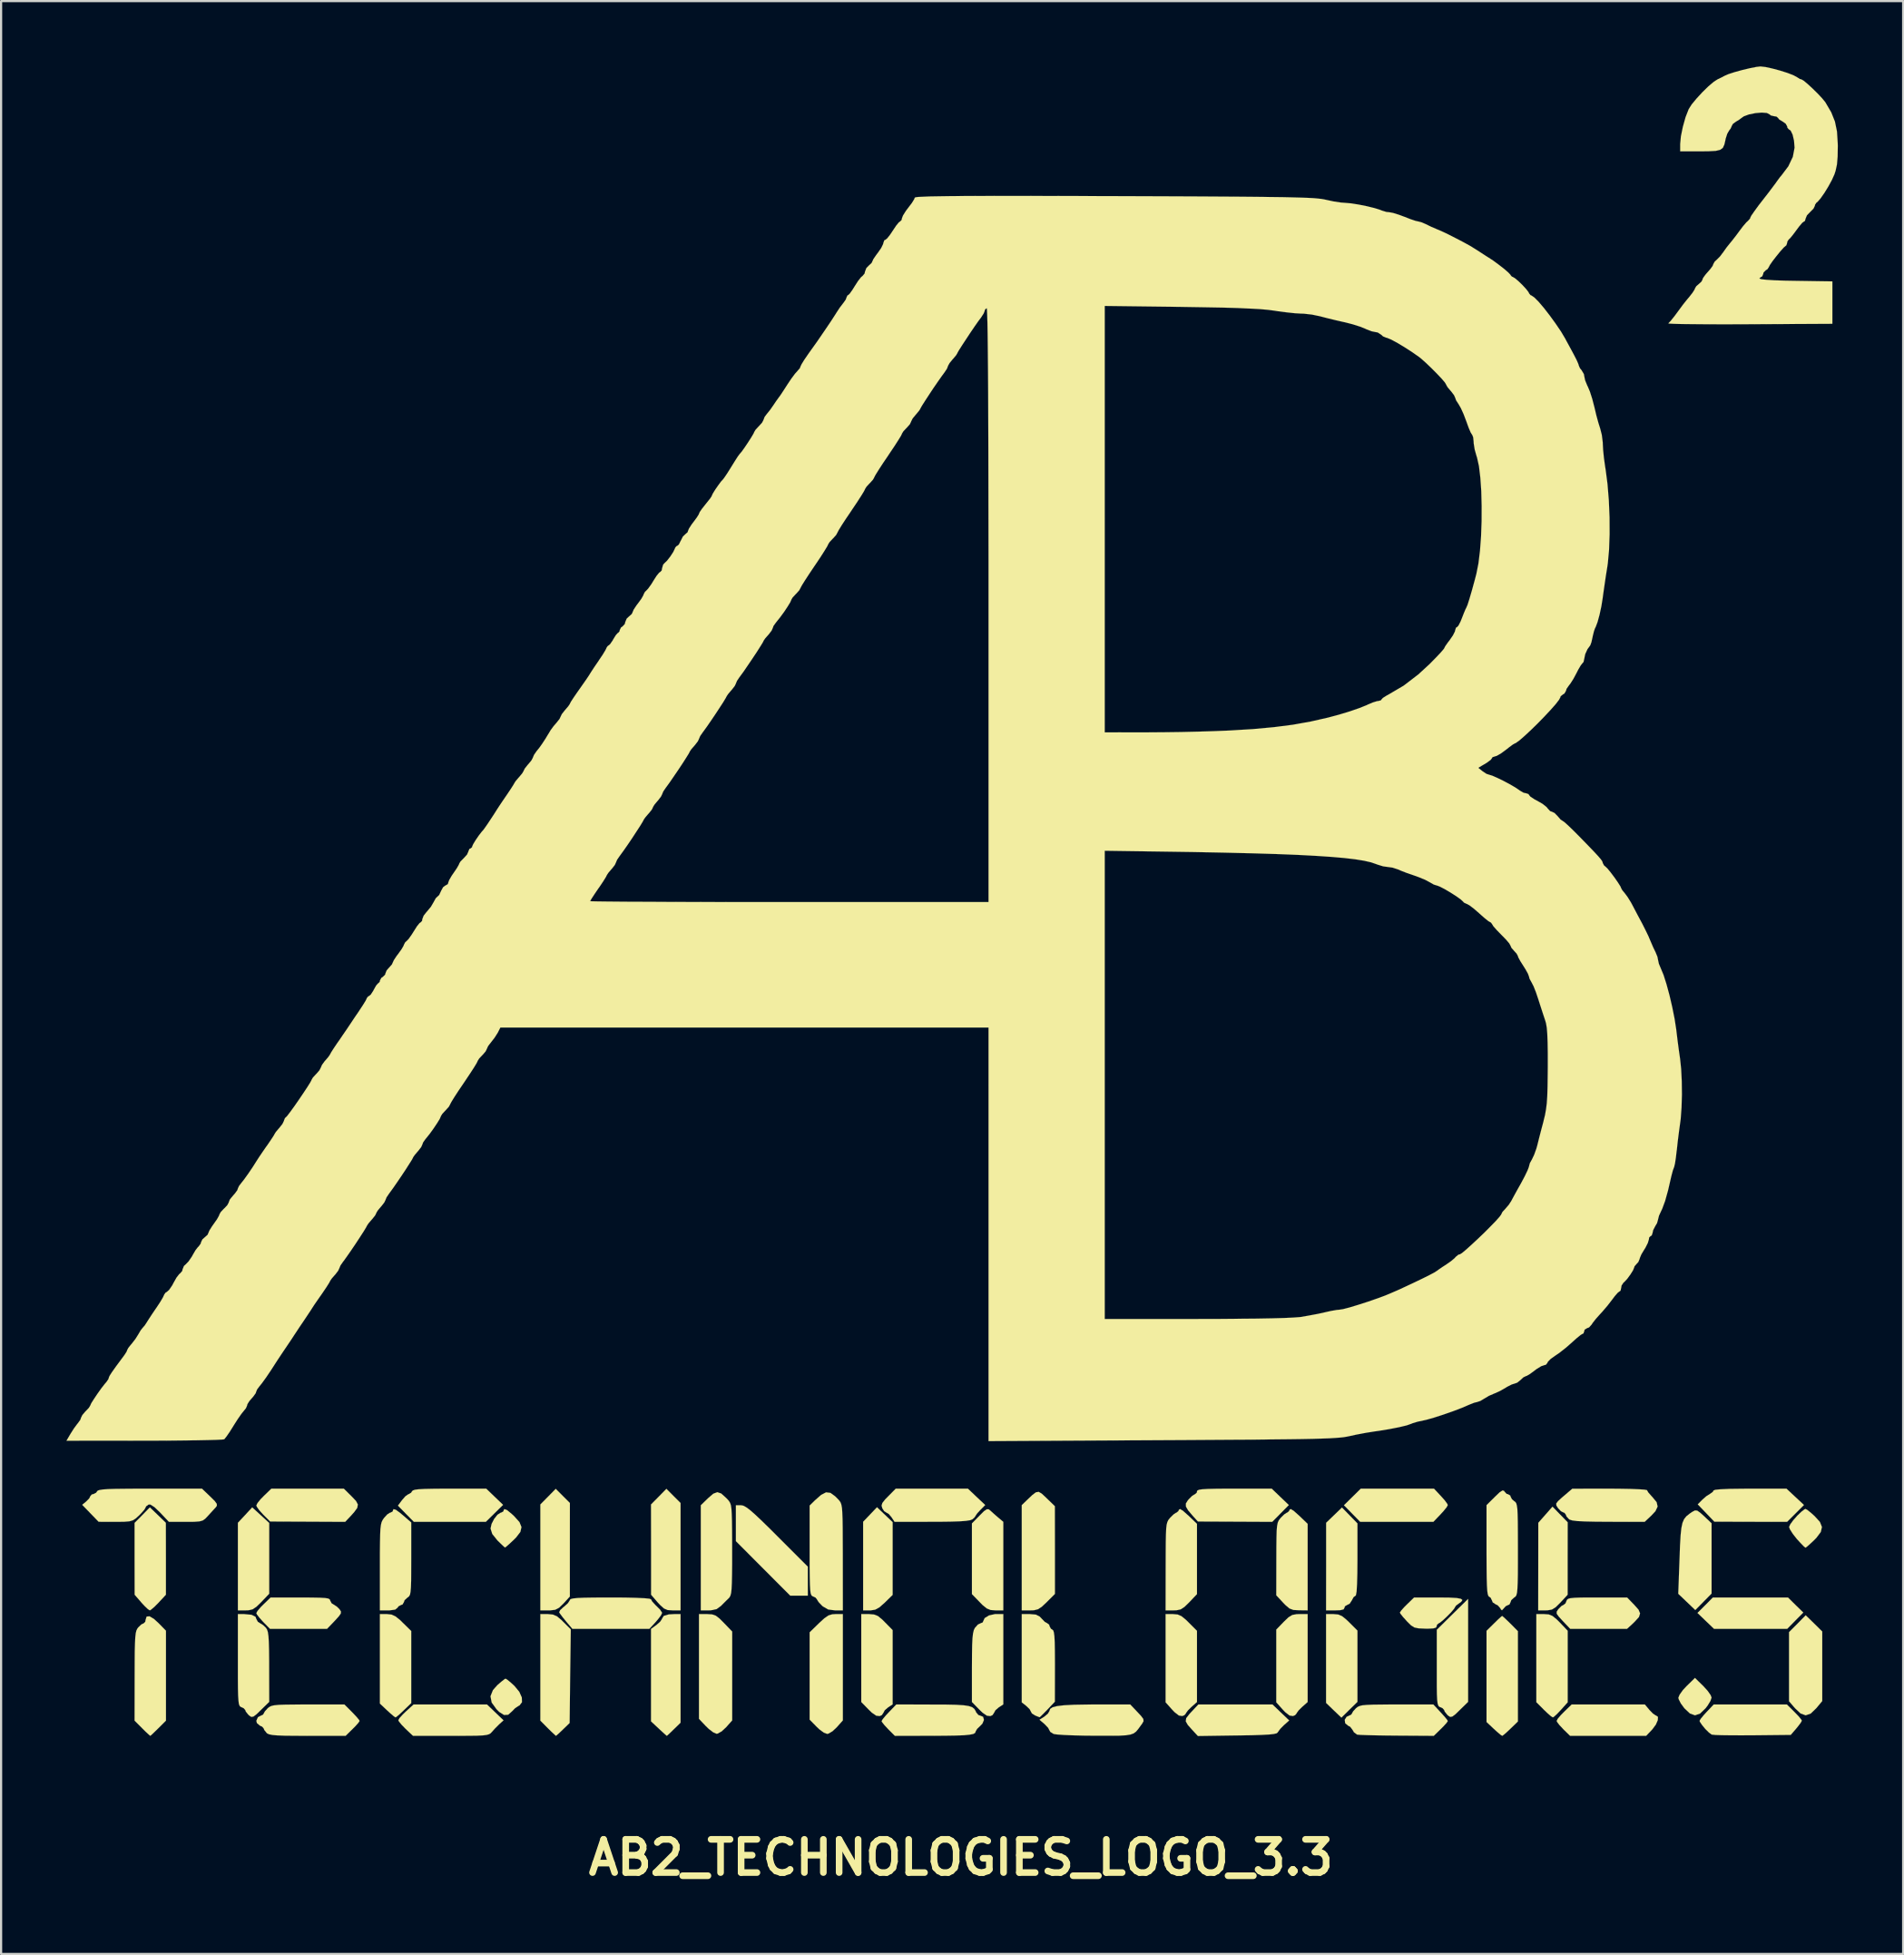
<source format=kicad_pcb>
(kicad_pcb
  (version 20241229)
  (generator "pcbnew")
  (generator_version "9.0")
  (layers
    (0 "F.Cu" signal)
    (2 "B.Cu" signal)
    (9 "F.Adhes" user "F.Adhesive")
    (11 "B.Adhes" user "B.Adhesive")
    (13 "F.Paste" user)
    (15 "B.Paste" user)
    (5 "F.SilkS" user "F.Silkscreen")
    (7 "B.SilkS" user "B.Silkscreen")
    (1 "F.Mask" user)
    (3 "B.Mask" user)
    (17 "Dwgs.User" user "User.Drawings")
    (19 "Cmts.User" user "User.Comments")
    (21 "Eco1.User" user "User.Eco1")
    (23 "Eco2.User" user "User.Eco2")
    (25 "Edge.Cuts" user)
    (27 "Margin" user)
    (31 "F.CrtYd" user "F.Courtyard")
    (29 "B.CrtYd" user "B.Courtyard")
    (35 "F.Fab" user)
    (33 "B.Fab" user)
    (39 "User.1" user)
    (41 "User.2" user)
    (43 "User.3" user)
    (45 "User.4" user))
  (footprint "AB2_TECHNOLOGIES_LOGO_3.3"
    (layer "F.Cu")
    (at 41.058 39.117)
    (property "Reference" "AB2_TECHNOLOGIES_LOGO_3.3" (at 0 43.094 0) (layer "F.SilkS") (effects (font (size 1.524 1.524) (thickness 0.305))))
    (attr through_hole)
    (fp_poly (pts (xy 38.672 31.849) (xy 38.301 32.222) (xy 37.932 32.598) (xy 36.253 32.598) (xy 34.574 32.598) (xy 34.193 32.233) (xy 33.812 31.867) (xy 34.166 31.514) (xy 34.519 31.158) (xy 36.243 31.158) (xy 37.968 31.158) (xy 38.318 31.504) (xy 38.672 31.849)) (stroke (width 0.003) (type solid)) (fill yes) (layer "F.SilkS"))
    (fp_poly (pts (xy -31.75 30.985) (xy -32.116 31.369) (xy -32.339 31.585) (xy -32.515 31.702) (xy -32.697 31.745) (xy -32.835 31.75) (xy -33.188 31.75) (xy -33.188 29.741) (xy -33.188 27.729) (xy -32.857 27.374) (xy -32.53 27.021) (xy -32.139 27.379) (xy -31.75 27.737) (xy -31.75 29.36) (xy -31.75 30.985)) (stroke (width 0.003) (type solid)) (fill yes) (layer "F.SilkS"))
    (fp_poly (pts (xy -17.948 26.82) (xy -17.95 28.969) (xy -17.95 31.115) (xy -18.242 31.433) (xy -18.443 31.628) (xy -18.621 31.722) (xy -18.852 31.75) (xy -18.918 31.75) (xy -19.304 31.75) (xy -19.304 29.319) (xy -19.304 26.888) (xy -18.951 26.53) (xy -18.598 26.17) (xy -18.273 26.495) (xy -17.948 26.82)) (stroke (width 0.003) (type solid)) (fill yes) (layer "F.SilkS"))
    (fp_poly (pts (xy -12.868 31.75) (xy -13.231 31.75) (xy -13.459 31.735) (xy -13.627 31.664) (xy -13.802 31.506) (xy -13.909 31.392) (xy -14.221 31.031) (xy -14.221 28.959) (xy -14.224 26.888) (xy -13.871 26.53) (xy -13.518 26.17) (xy -13.193 26.495) (xy -12.868 26.82) (xy -12.868 29.286) (xy -12.868 31.75)) (stroke (width 0.003) (type solid)) (fill yes) (layer "F.SilkS"))
    (fp_poly (pts (xy -3.132 31.039) (xy -3.495 31.394) (xy -3.736 31.608) (xy -3.932 31.717) (xy -4.138 31.75) (xy -4.173 31.75) (xy -4.486 31.75) (xy -4.486 29.715) (xy -4.486 27.681) (xy -4.168 27.348) (xy -3.851 27.015) (xy -3.49 27.358) (xy -3.132 27.699) (xy -3.132 29.367) (xy -3.132 31.039)) (stroke (width 0.003) (type solid)) (fill yes) (layer "F.SilkS"))
    (fp_poly (pts (xy 18.204 35.949) (xy 17.836 36.309) (xy 17.468 36.673) (xy 17.115 36.335) (xy 16.764 35.997) (xy 16.764 33.957) (xy 16.764 31.92) (xy 17.104 31.92) (xy 17.318 31.938) (xy 17.498 32.014) (xy 17.699 32.177) (xy 17.826 32.299) (xy 18.204 32.677) (xy 18.204 34.313) (xy 18.204 35.949)) (stroke (width 0.003) (type solid)) (fill yes) (layer "F.SilkS"))
    (fp_poly (pts (xy 27.856 27.706) (xy 27.854 29.37) (xy 27.854 31.031) (xy 27.518 31.392) (xy 27.305 31.603) (xy 27.13 31.712) (xy 26.934 31.747) (xy 26.843 31.75) (xy 26.502 31.75) (xy 26.505 29.741) (xy 26.507 27.729) (xy 26.833 27.358) (xy 27.158 26.988) (xy 27.508 27.348) (xy 27.856 27.706)) (stroke (width 0.003) (type solid)) (fill yes) (layer "F.SilkS"))
    (fp_poly (pts (xy 39.54 35.911) (xy 39.266 36.241) (xy 39.012 36.485) (xy 38.781 36.566) (xy 38.547 36.482) (xy 38.291 36.241) (xy 38.016 35.921) (xy 38.016 34.336) (xy 38.016 32.748) (xy 38.4 32.362) (xy 38.781 31.974) (xy 39.162 32.344) (xy 39.54 32.718) (xy 39.54 34.313) (xy 39.54 35.911)) (stroke (width 0.003) (type solid)) (fill yes) (layer "F.SilkS"))
    (fp_poly (pts (xy -36.492 31.031) (xy -36.827 31.392) (xy -37.018 31.585) (xy -37.17 31.714) (xy -37.231 31.75) (xy -37.32 31.692) (xy -37.48 31.539) (xy -37.615 31.392) (xy -37.927 31.031) (xy -37.93 29.383) (xy -37.93 27.734) (xy -37.579 27.379) (xy -37.229 27.021) (xy -36.86 27.374) (xy -36.495 27.729) (xy -36.492 29.38) (xy -36.492 31.031)) (stroke (width 0.003) (type solid)) (fill yes) (layer "F.SilkS"))
    (fp_poly (pts (xy 22.352 26.916) (xy 22.299 27.015) (xy 22.156 27.191) (xy 22.019 27.341) (xy 21.689 27.686) (xy 20.01 27.686) (xy 18.331 27.686) (xy 17.958 27.305) (xy 17.584 26.924) (xy 17.971 26.543) (xy 18.357 26.162) (xy 20.036 26.162) (xy 21.717 26.162) (xy 22.035 26.5) (xy 22.212 26.7) (xy 22.327 26.858) (xy 22.352 26.916)) (stroke (width 0.003) (type solid)) (fill yes) (layer "F.SilkS"))
    (fp_poly (pts (xy -7.026 31.074) (xy -7.429 31.074) (xy -7.833 31.074) (xy -9.081 29.822) (xy -10.328 28.572) (xy -10.328 27.75) (xy -10.328 26.924) (xy -10.086 26.924) (xy -9.99 26.942) (xy -9.865 27.008) (xy -9.698 27.13) (xy -9.472 27.325) (xy -9.172 27.607) (xy -8.781 27.988) (xy -8.435 28.334) (xy -7.026 29.743) (xy -7.026 30.409) (xy -7.026 31.074)) (stroke (width 0.003) (type solid)) (fill yes) (layer "F.SilkS"))
    (fp_poly (pts (xy -25.23 36.005) (xy -25.57 36.332) (xy -25.761 36.513) (xy -25.903 36.632) (xy -25.951 36.662) (xy -26.032 36.609) (xy -26.192 36.472) (xy -26.332 36.345) (xy -26.67 36.027) (xy -26.67 33.972) (xy -26.67 31.92) (xy -26.345 31.92) (xy -26.139 31.941) (xy -25.959 32.022) (xy -25.748 32.189) (xy -25.626 32.309) (xy -25.23 32.697) (xy -25.23 34.351) (xy -25.23 36.005)) (stroke (width 0.003) (type solid)) (fill yes) (layer "F.SilkS"))
    (fp_poly (pts (xy -17.907 32.621) (xy -17.935 34.77) (xy -17.96 36.919) (xy -18.265 37.214) (xy -18.44 37.381) (xy -18.56 37.488) (xy -18.588 37.508) (xy -18.651 37.452) (xy -18.801 37.313) (xy -18.956 37.16) (xy -19.304 36.81) (xy -19.304 34.366) (xy -19.304 31.92) (xy -18.956 31.92) (xy -18.73 31.941) (xy -18.545 32.019) (xy -18.336 32.192) (xy -18.258 32.271) (xy -17.907 32.621)) (stroke (width 0.003) (type solid)) (fill yes) (layer "F.SilkS"))
    (fp_poly (pts (xy -10.498 36.8) (xy -10.775 37.112) (xy -10.98 37.302) (xy -11.163 37.404) (xy -11.219 37.412) (xy -11.369 37.346) (xy -11.572 37.191) (xy -11.704 37.064) (xy -12.022 36.728) (xy -12.022 34.323) (xy -12.022 31.92) (xy -11.643 31.92) (xy -11.422 31.933) (xy -11.252 31.991) (xy -11.077 32.126) (xy -10.881 32.322) (xy -10.498 32.72) (xy -10.498 34.76) (xy -10.498 36.8)) (stroke (width 0.003) (type solid)) (fill yes) (layer "F.SilkS"))
    (fp_poly (pts (xy -5.418 36.8) (xy -5.695 37.112) (xy -5.89 37.295) (xy -6.073 37.404) (xy -6.139 37.419) (xy -6.292 37.361) (xy -6.495 37.211) (xy -6.624 37.089) (xy -6.942 36.764) (xy -6.942 34.76) (xy -6.942 32.756) (xy -6.513 32.337) (xy -6.266 32.111) (xy -6.078 31.981) (xy -5.9 31.928) (xy -5.751 31.92) (xy -5.418 31.92) (xy -5.418 34.359) (xy -5.418 36.8)) (stroke (width 0.003) (type solid)) (fill yes) (layer "F.SilkS"))
    (fp_poly (pts (xy 4.318 30.993) (xy 3.94 31.372) (xy 3.713 31.585) (xy 3.536 31.699) (xy 3.35 31.745) (xy 3.178 31.75) (xy 2.794 31.75) (xy 2.794 29.334) (xy 2.794 26.919) (xy 3.033 26.688) (xy 3.279 26.454) (xy 3.444 26.33) (xy 3.574 26.309) (xy 3.713 26.391) (xy 3.904 26.568) (xy 3.934 26.599) (xy 4.315 26.967) (xy 4.318 28.979) (xy 4.318 30.993)) (stroke (width 0.003) (type solid)) (fill yes) (layer "F.SilkS"))
    (fp_poly (pts (xy 27.856 35.969) (xy 27.546 36.314) (xy 27.363 36.507) (xy 27.224 36.632) (xy 27.175 36.662) (xy 27.087 36.606) (xy 26.921 36.462) (xy 26.764 36.312) (xy 26.416 35.964) (xy 26.416 33.942) (xy 26.416 31.92) (xy 26.769 31.92) (xy 26.985 31.935) (xy 27.16 32.007) (xy 27.346 32.159) (xy 27.49 32.301) (xy 27.856 32.685) (xy 27.856 34.328) (xy 27.856 35.969)) (stroke (width 0.003) (type solid)) (fill yes) (layer "F.SilkS"))
    (fp_poly (pts (xy 34.46 35.753) (xy 34.407 35.908) (xy 34.277 36.121) (xy 34.186 36.241) (xy 33.932 36.485) (xy 33.701 36.566) (xy 33.467 36.482) (xy 33.211 36.241) (xy 33.05 36.022) (xy 32.951 35.827) (xy 32.936 35.758) (xy 32.995 35.616) (xy 33.142 35.41) (xy 33.317 35.222) (xy 33.698 34.849) (xy 34.079 35.222) (xy 34.28 35.443) (xy 34.417 35.639) (xy 34.46 35.753)) (stroke (width 0.003) (type solid)) (fill yes) (layer "F.SilkS"))
    (fp_poly (pts (xy -27.681 26.888) (xy -27.709 27.046) (xy -27.856 27.247) (xy -28.011 27.419) (xy -28.263 27.686) (xy -29.985 27.678) (xy -31.707 27.671) (xy -32.024 27.353) (xy -32.205 27.155) (xy -32.319 26.993) (xy -32.342 26.932) (xy -32.286 26.82) (xy -32.139 26.64) (xy -31.996 26.495) (xy -31.651 26.162) (xy -29.99 26.162) (xy -28.326 26.162) (xy -27.968 26.515) (xy -27.767 26.726) (xy -27.681 26.888)) (stroke (width 0.003) (type solid)) (fill yes) (layer "F.SilkS"))
    (fp_poly (pts (xy -3.132 36.065) (xy -3.343 36.203) (xy -3.495 36.335) (xy -3.556 36.449) (xy -3.627 36.556) (xy -3.726 36.601) (xy -3.884 36.584) (xy -4.087 36.444) (xy -4.234 36.302) (xy -4.572 35.956) (xy -4.572 33.939) (xy -4.572 31.92) (xy -4.211 31.92) (xy -3.988 31.938) (xy -3.807 32.009) (xy -3.614 32.167) (xy -3.493 32.288) (xy -3.132 32.654) (xy -3.132 34.359) (xy -3.132 36.065)) (stroke (width 0.003) (type solid)) (fill yes) (layer "F.SilkS"))
    (fp_poly (pts (xy 1.948 31.75) (xy 1.587 31.75) (xy 1.364 31.732) (xy 1.189 31.661) (xy 0.998 31.506) (xy 0.869 31.374) (xy 0.508 31.003) (xy 0.508 29.38) (xy 0.508 27.757) (xy 0.861 27.396) (xy 1.059 27.198) (xy 1.186 27.109) (xy 1.275 27.109) (xy 1.354 27.17) (xy 1.519 27.32) (xy 1.72 27.495) (xy 1.722 27.495) (xy 1.948 27.686) (xy 1.948 29.718) (xy 1.948 31.75)) (stroke (width 0.003) (type solid)) (fill yes) (layer "F.SilkS"))
    (fp_poly (pts (xy -12.868 36.906) (xy -13.178 37.208) (xy -13.355 37.379) (xy -13.472 37.488) (xy -13.5 37.508) (xy -13.561 37.455) (xy -13.713 37.32) (xy -13.868 37.175) (xy -14.224 36.843) (xy -14.224 34.722) (xy -14.224 32.601) (xy -13.97 32.415) (xy -13.802 32.266) (xy -13.719 32.141) (xy -13.716 32.123) (xy -13.637 32.001) (xy -13.406 31.933) (xy -13.157 31.92) (xy -12.868 31.92) (xy -12.868 34.414) (xy -12.868 36.906)) (stroke (width 0.003) (type solid)) (fill yes) (layer "F.SilkS"))
    (fp_poly (pts (xy 10.838 35.956) (xy 10.584 36.182) (xy 10.422 36.342) (xy 10.335 36.462) (xy 10.33 36.482) (xy 10.259 36.561) (xy 10.165 36.599) (xy 10.008 36.576) (xy 9.807 36.419) (xy 9.7 36.307) (xy 9.398 35.969) (xy 9.398 33.945) (xy 9.398 31.92) (xy 9.736 31.92) (xy 9.947 31.938) (xy 10.124 32.014) (xy 10.328 32.179) (xy 10.455 32.304) (xy 10.838 32.687) (xy 10.838 34.32) (xy 10.838 35.956)) (stroke (width 0.003) (type solid)) (fill yes) (layer "F.SilkS"))
    (fp_poly (pts (xy 15.918 35.956) (xy 15.664 36.182) (xy 15.502 36.342) (xy 15.415 36.462) (xy 15.41 36.482) (xy 15.339 36.561) (xy 15.245 36.599) (xy 15.088 36.576) (xy 14.887 36.419) (xy 14.78 36.307) (xy 14.478 35.969) (xy 14.478 34.3) (xy 14.478 32.631) (xy 14.821 32.276) (xy 15.037 32.068) (xy 15.212 31.961) (xy 15.41 31.923) (xy 15.54 31.92) (xy 15.918 31.92) (xy 15.918 33.937) (xy 15.918 35.956)) (stroke (width 0.003) (type solid)) (fill yes) (layer "F.SilkS"))
    (fp_poly (pts (xy 25.57 36.85) (xy 25.23 37.178) (xy 25.039 37.358) (xy 24.897 37.478) (xy 24.849 37.508) (xy 24.768 37.455) (xy 24.608 37.318) (xy 24.468 37.191) (xy 24.13 36.873) (xy 24.13 34.78) (xy 24.13 32.687) (xy 24.475 32.347) (xy 24.666 32.161) (xy 24.803 32.037) (xy 24.846 32.004) (xy 24.915 32.06) (xy 25.067 32.202) (xy 25.222 32.352) (xy 25.57 32.703) (xy 25.57 34.775) (xy 25.57 36.85)) (stroke (width 0.003) (type solid)) (fill yes) (layer "F.SilkS"))
    (fp_poly (pts (xy 34.46 30.978) (xy 34.087 31.356) (xy 33.713 31.735) (xy 33.322 31.361) (xy 32.931 30.988) (xy 32.99 29.365) (xy 33.012 28.765) (xy 33.038 28.313) (xy 33.073 27.978) (xy 33.124 27.737) (xy 33.198 27.562) (xy 33.304 27.429) (xy 33.447 27.313) (xy 33.579 27.224) (xy 33.696 27.163) (xy 33.802 27.17) (xy 33.942 27.269) (xy 34.115 27.424) (xy 34.46 27.752) (xy 34.46 29.365) (xy 34.46 30.978)) (stroke (width 0.003) (type solid)) (fill yes) (layer "F.SilkS"))
    (fp_poly (pts (xy 38.702 26.911) (xy 38.313 27.3) (xy 37.927 27.686) (xy 36.256 27.683) (xy 34.587 27.678) (xy 34.206 27.28) (xy 33.825 26.883) (xy 34.036 26.67) (xy 34.221 26.507) (xy 34.389 26.401) (xy 34.394 26.398) (xy 34.521 26.307) (xy 34.544 26.251) (xy 34.628 26.215) (xy 34.877 26.19) (xy 35.286 26.172) (xy 35.855 26.165) (xy 36.22 26.162) (xy 37.899 26.162) (xy 38.301 26.538) (xy 38.702 26.911)) (stroke (width 0.003) (type solid)) (fill yes) (layer "F.SilkS"))
    (fp_poly (pts (xy -20.147 35.964) (xy -20.259 36.111) (xy -20.297 36.129) (xy -20.46 36.236) (xy -20.602 36.38) (xy -20.78 36.54) (xy -20.97 36.551) (xy -21.191 36.411) (xy -21.316 36.286) (xy -21.537 35.982) (xy -21.593 35.692) (xy -21.481 35.41) (xy -21.273 35.176) (xy -21.079 35.009) (xy -20.94 34.902) (xy -20.899 34.884) (xy -20.81 34.938) (xy -20.645 35.077) (xy -20.495 35.215) (xy -20.272 35.484) (xy -20.155 35.745) (xy -20.147 35.964)) (stroke (width 0.003) (type solid)) (fill yes) (layer "F.SilkS"))
    (fp_poly (pts (xy -21.013 26.906) (xy -21.41 27.295) (xy -21.806 27.686) (xy -23.459 27.686) (xy -25.11 27.686) (xy -25.476 27.315) (xy -25.842 26.942) (xy -25.646 26.68) (xy -25.497 26.51) (xy -25.37 26.421) (xy -25.349 26.416) (xy -25.235 26.347) (xy -25.199 26.289) (xy -25.159 26.246) (xy -25.065 26.213) (xy -24.892 26.19) (xy -24.623 26.175) (xy -24.232 26.167) (xy -23.703 26.162) (xy -23.47 26.162) (xy -21.788 26.162) (xy -21.402 26.533) (xy -21.013 26.906)) (stroke (width 0.003) (type solid)) (fill yes) (layer "F.SilkS"))
    (fp_poly (pts (xy 18.204 29.416) (xy 18.199 30.053) (xy 18.186 30.541) (xy 18.166 30.874) (xy 18.136 31.049) (xy 18.118 31.074) (xy 18.026 31.143) (xy 17.95 31.285) (xy 17.846 31.443) (xy 17.739 31.496) (xy 17.628 31.562) (xy 17.612 31.623) (xy 17.567 31.704) (xy 17.409 31.742) (xy 17.188 31.75) (xy 16.764 31.75) (xy 16.767 29.741) (xy 16.767 27.729) (xy 17.13 27.379) (xy 17.493 27.028) (xy 17.849 27.391) (xy 18.204 27.757) (xy 18.204 29.416)) (stroke (width 0.003) (type solid)) (fill yes) (layer "F.SilkS"))
    (fp_poly (pts (xy 31.999 36.637) (xy 31.991 36.789) (xy 31.902 36.993) (xy 31.742 37.208) (xy 31.732 37.219) (xy 31.458 37.508) (xy 29.713 37.508) (xy 27.965 37.508) (xy 27.658 37.208) (xy 27.48 37.018) (xy 27.369 36.871) (xy 27.348 36.82) (xy 27.404 36.718) (xy 27.551 36.546) (xy 27.694 36.401) (xy 28.039 36.068) (xy 29.718 36.068) (xy 31.397 36.068) (xy 31.61 36.322) (xy 31.768 36.485) (xy 31.895 36.571) (xy 31.915 36.576) (xy 31.999 36.637)) (stroke (width 0.003) (type solid)) (fill yes) (layer "F.SilkS"))
    (fp_poly (pts (xy 15.072 36.802) (xy 14.826 37.02) (xy 14.658 37.191) (xy 14.554 37.333) (xy 14.544 37.351) (xy 14.496 37.391) (xy 14.371 37.422) (xy 14.15 37.447) (xy 13.813 37.465) (xy 13.345 37.48) (xy 12.725 37.49) (xy 12.692 37.49) (xy 10.881 37.516) (xy 10.62 37.236) (xy 10.414 37.003) (xy 10.323 36.84) (xy 10.343 36.698) (xy 10.475 36.525) (xy 10.574 36.416) (xy 10.902 36.068) (xy 12.603 36.068) (xy 14.305 36.068) (xy 14.689 36.436) (xy 15.072 36.802)) (stroke (width 0.003) (type solid)) (fill yes) (layer "F.SilkS"))
    (fp_poly (pts (xy 23.284 35.949) (xy 22.921 36.304) (xy 22.7 36.518) (xy 22.558 36.624) (xy 22.461 36.639) (xy 22.367 36.579) (xy 22.316 36.528) (xy 22.21 36.393) (xy 22.184 36.322) (xy 22.113 36.241) (xy 22.014 36.195) (xy 21.956 36.17) (xy 21.915 36.119) (xy 21.885 36.022) (xy 21.864 35.857) (xy 21.852 35.598) (xy 21.847 35.23) (xy 21.847 34.722) (xy 21.847 34.392) (xy 21.847 32.639) (xy 22.565 31.93) (xy 23.284 31.222) (xy 23.284 33.586) (xy 23.284 35.949)) (stroke (width 0.003) (type solid)) (fill yes) (layer "F.SilkS"))
    (fp_poly (pts (xy 39.527 27.922) (xy 39.474 28.151) (xy 39.273 28.418) (xy 39.177 28.517) (xy 38.976 28.705) (xy 38.829 28.834) (xy 38.771 28.872) (xy 38.697 28.814) (xy 38.547 28.659) (xy 38.374 28.471) (xy 38.189 28.235) (xy 38.059 28.031) (xy 38.019 27.92) (xy 38.075 27.795) (xy 38.214 27.607) (xy 38.397 27.399) (xy 38.585 27.219) (xy 38.732 27.107) (xy 38.778 27.094) (xy 38.87 27.148) (xy 39.04 27.287) (xy 39.19 27.422) (xy 39.434 27.691) (xy 39.527 27.922)) (stroke (width 0.003) (type solid)) (fill yes) (layer "F.SilkS"))
    (fp_poly (pts (xy -20.993 36.797) (xy -21.186 36.97) (xy -21.382 37.165) (xy -21.526 37.325) (xy -21.582 37.386) (xy -21.654 37.432) (xy -21.765 37.465) (xy -21.941 37.488) (xy -22.2 37.501) (xy -22.57 37.506) (xy -23.073 37.508) (xy -23.411 37.508) (xy -25.149 37.508) (xy -25.486 37.191) (xy -25.672 37) (xy -25.796 36.848) (xy -25.822 36.789) (xy -25.766 36.69) (xy -25.616 36.525) (xy -25.474 36.388) (xy -25.123 36.068) (xy -23.439 36.068) (xy -21.753 36.068) (xy -21.374 36.431) (xy -20.993 36.797)) (stroke (width 0.003) (type solid)) (fill yes) (layer "F.SilkS"))
    (fp_poly (pts (xy -20.17 27.925) (xy -20.221 28.148) (xy -20.419 28.405) (xy -20.526 28.512) (xy -20.726 28.699) (xy -20.871 28.826) (xy -20.927 28.865) (xy -20.998 28.804) (xy -21.148 28.661) (xy -21.273 28.539) (xy -21.511 28.242) (xy -21.59 27.993) (xy -21.542 27.78) (xy -21.425 27.551) (xy -21.275 27.361) (xy -21.13 27.267) (xy -21.107 27.264) (xy -21.006 27.211) (xy -20.996 27.178) (xy -20.958 27.099) (xy -20.833 27.145) (xy -20.617 27.323) (xy -20.5 27.432) (xy -20.262 27.699) (xy -20.17 27.925)) (stroke (width 0.003) (type solid)) (fill yes) (layer "F.SilkS"))
    (fp_poly (pts (xy 15.055 26.914) (xy 14.674 27.3) (xy 14.293 27.686) (xy 12.586 27.678) (xy 10.881 27.671) (xy 10.64 27.404) (xy 10.429 27.155) (xy 10.33 26.982) (xy 10.328 26.845) (xy 10.419 26.698) (xy 10.46 26.65) (xy 10.615 26.495) (xy 10.737 26.419) (xy 10.749 26.416) (xy 10.828 26.347) (xy 10.838 26.289) (xy 10.858 26.246) (xy 10.935 26.213) (xy 11.085 26.19) (xy 11.331 26.175) (xy 11.694 26.167) (xy 12.192 26.162) (xy 12.553 26.162) (xy 14.27 26.162) (xy 14.661 26.538) (xy 15.055 26.914)) (stroke (width 0.003) (type solid)) (fill yes) (layer "F.SilkS"))
    (fp_poly (pts (xy -28.458 31.796) (xy -28.463 31.892) (xy -28.555 32.024) (xy -28.743 32.23) (xy -29.096 32.598) (xy -30.406 32.598) (xy -31.714 32.598) (xy -32.029 32.276) (xy -32.205 32.08) (xy -32.319 31.928) (xy -32.342 31.874) (xy -32.286 31.773) (xy -32.141 31.603) (xy -32.014 31.476) (xy -31.686 31.158) (xy -30.323 31.158) (xy -29.804 31.161) (xy -29.434 31.168) (xy -29.187 31.181) (xy -29.04 31.206) (xy -28.971 31.245) (xy -28.956 31.288) (xy -28.887 31.422) (xy -28.806 31.473) (xy -28.639 31.582) (xy -28.524 31.697) (xy -28.458 31.796)) (stroke (width 0.003) (type solid)) (fill yes) (layer "F.SilkS"))
    (fp_poly (pts (xy 38.605 36.812) (xy 38.552 36.909) (xy 38.423 37.079) (xy 38.349 37.17) (xy 38.095 37.465) (xy 36.342 37.483) (xy 35.806 37.485) (xy 35.326 37.483) (xy 34.928 37.478) (xy 34.635 37.468) (xy 34.48 37.452) (xy 34.465 37.45) (xy 34.338 37.356) (xy 34.173 37.193) (xy 34.021 37.008) (xy 33.922 36.86) (xy 33.909 36.817) (xy 33.962 36.726) (xy 34.102 36.556) (xy 34.234 36.411) (xy 34.559 36.068) (xy 36.238 36.068) (xy 37.917 36.068) (xy 38.263 36.411) (xy 38.451 36.606) (xy 38.572 36.754) (xy 38.605 36.812)) (stroke (width 0.003) (type solid)) (fill yes) (layer "F.SilkS"))
    (fp_poly (pts (xy 1.118 26.914) (xy 0.899 27.135) (xy 0.754 27.292) (xy 0.681 27.396) (xy 0.678 27.407) (xy 0.62 27.49) (xy 0.531 27.569) (xy 0.429 27.61) (xy 0.241 27.64) (xy -0.056 27.663) (xy -0.478 27.676) (xy -1.041 27.683) (xy -1.331 27.683) (xy -3.043 27.686) (xy -3.183 27.475) (xy -3.31 27.323) (xy -3.416 27.262) (xy -3.523 27.193) (xy -3.604 27.066) (xy -3.64 26.942) (xy -3.604 26.82) (xy -3.477 26.657) (xy -3.34 26.518) (xy -2.99 26.162) (xy -1.333 26.162) (xy 0.323 26.162) (xy 0.719 26.538) (xy 1.118 26.914)) (stroke (width 0.003) (type solid)) (fill yes) (layer "F.SilkS"))
    (fp_poly (pts (xy 15.918 31.75) (xy 15.517 31.745) (xy 15.263 31.73) (xy 15.08 31.661) (xy 14.9 31.506) (xy 14.796 31.399) (xy 14.478 31.057) (xy 14.481 29.393) (xy 14.483 28.821) (xy 14.488 28.397) (xy 14.496 28.09) (xy 14.516 27.874) (xy 14.544 27.729) (xy 14.587 27.628) (xy 14.648 27.544) (xy 14.689 27.495) (xy 14.844 27.343) (xy 14.963 27.264) (xy 14.976 27.264) (xy 15.065 27.193) (xy 15.085 27.135) (xy 15.141 27.097) (xy 15.276 27.178) (xy 15.504 27.381) (xy 15.517 27.391) (xy 15.918 27.777) (xy 15.918 29.764) (xy 15.918 31.75)) (stroke (width 0.003) (type solid)) (fill yes) (layer "F.SilkS"))
    (fp_poly (pts (xy 31.178 31.887) (xy 31.128 32.052) (xy 30.945 32.255) (xy 30.833 32.365) (xy 30.579 32.598) (xy 29.276 32.598) (xy 27.973 32.598) (xy 27.628 32.235) (xy 27.44 32.029) (xy 27.351 31.902) (xy 27.351 31.808) (xy 27.419 31.702) (xy 27.435 31.684) (xy 27.572 31.547) (xy 27.668 31.496) (xy 27.755 31.425) (xy 27.795 31.328) (xy 27.821 31.265) (xy 27.877 31.219) (xy 27.986 31.189) (xy 28.174 31.171) (xy 28.466 31.161) (xy 28.89 31.158) (xy 29.213 31.158) (xy 30.584 31.158) (xy 30.914 31.499) (xy 31.107 31.717) (xy 31.178 31.887)) (stroke (width 0.003) (type solid)) (fill yes) (layer "F.SilkS"))
    (fp_poly (pts (xy -36.49 36.81) (xy -36.84 37.16) (xy -37.031 37.346) (xy -37.165 37.473) (xy -37.211 37.508) (xy -37.277 37.452) (xy -37.427 37.313) (xy -37.582 37.16) (xy -37.93 36.81) (xy -37.927 34.768) (xy -37.925 34.122) (xy -37.922 33.625) (xy -37.912 33.251) (xy -37.897 32.982) (xy -37.876 32.796) (xy -37.846 32.672) (xy -37.803 32.586) (xy -37.765 32.535) (xy -37.622 32.395) (xy -37.513 32.344) (xy -37.44 32.273) (xy -37.422 32.174) (xy -37.376 32.032) (xy -37.241 32.022) (xy -37.038 32.144) (xy -36.82 32.344) (xy -36.49 32.682) (xy -36.49 34.747) (xy -36.49 36.81)) (stroke (width 0.003) (type solid)) (fill yes) (layer "F.SilkS"))
    (fp_poly (pts (xy 1.948 36.065) (xy 1.737 36.203) (xy 1.585 36.335) (xy 1.524 36.449) (xy 1.453 36.556) (xy 1.354 36.601) (xy 1.196 36.584) (xy 0.993 36.444) (xy 0.846 36.302) (xy 0.508 35.956) (xy 0.508 34.359) (xy 0.511 33.777) (xy 0.518 33.34) (xy 0.533 33.025) (xy 0.559 32.804) (xy 0.594 32.657) (xy 0.643 32.553) (xy 0.645 32.553) (xy 0.78 32.4) (xy 0.899 32.344) (xy 1.006 32.299) (xy 1.016 32.266) (xy 1.092 32.103) (xy 1.29 31.981) (xy 1.562 31.92) (xy 1.615 31.92) (xy 1.948 31.92) (xy 1.948 33.993) (xy 1.948 36.065)) (stroke (width 0.003) (type solid)) (fill yes) (layer "F.SilkS"))
    (fp_poly (pts (xy 10.838 31.003) (xy 10.483 31.377) (xy 10.264 31.59) (xy 10.089 31.704) (xy 9.901 31.745) (xy 9.764 31.75) (xy 9.398 31.75) (xy 9.401 29.741) (xy 9.403 29.106) (xy 9.406 28.618) (xy 9.413 28.258) (xy 9.426 27.996) (xy 9.446 27.816) (xy 9.479 27.694) (xy 9.522 27.605) (xy 9.581 27.529) (xy 9.609 27.495) (xy 9.764 27.343) (xy 9.883 27.264) (xy 9.896 27.264) (xy 9.985 27.193) (xy 10.005 27.135) (xy 10.061 27.097) (xy 10.196 27.178) (xy 10.424 27.381) (xy 10.437 27.391) (xy 10.838 27.777) (xy 10.838 29.39) (xy 10.838 31.003)) (stroke (width 0.003) (type solid)) (fill yes) (layer "F.SilkS"))
    (fp_poly (pts (xy -10.5 29.611) (xy -10.505 30.117) (xy -10.513 30.493) (xy -10.526 30.762) (xy -10.546 30.947) (xy -10.577 31.067) (xy -10.615 31.143) (xy -10.645 31.178) (xy -10.81 31.341) (xy -11.003 31.534) (xy -11.003 31.537) (xy -11.214 31.692) (xy -11.478 31.747) (xy -11.575 31.75) (xy -11.938 31.75) (xy -11.938 29.337) (xy -11.938 26.924) (xy -11.593 26.589) (xy -11.364 26.393) (xy -11.179 26.325) (xy -10.998 26.386) (xy -10.78 26.584) (xy -10.696 26.67) (xy -10.638 26.741) (xy -10.592 26.82) (xy -10.556 26.927) (xy -10.533 27.084) (xy -10.518 27.315) (xy -10.508 27.638) (xy -10.503 28.08) (xy -10.5 28.659) (xy -10.5 28.959) (xy -10.5 29.611)) (stroke (width 0.003) (type solid)) (fill yes) (layer "F.SilkS"))
    (fp_poly (pts (xy 4.318 34.308) (xy 4.315 35.941) (xy 3.973 36.302) (xy 3.787 36.492) (xy 3.655 36.622) (xy 3.614 36.655) (xy 3.533 36.624) (xy 3.409 36.573) (xy 3.261 36.479) (xy 3.218 36.401) (xy 3.157 36.286) (xy 3.01 36.142) (xy 3.007 36.139) (xy 2.794 35.971) (xy 2.794 33.945) (xy 2.794 31.92) (xy 3.17 31.92) (xy 3.439 31.943) (xy 3.617 32.032) (xy 3.711 32.131) (xy 3.853 32.278) (xy 3.97 32.342) (xy 3.97 32.344) (xy 4.056 32.41) (xy 4.064 32.461) (xy 4.133 32.591) (xy 4.191 32.629) (xy 4.237 32.667) (xy 4.27 32.763) (xy 4.293 32.939) (xy 4.308 33.213) (xy 4.315 33.607) (xy 4.318 34.143) (xy 4.318 34.308)) (stroke (width 0.003) (type solid)) (fill yes) (layer "F.SilkS"))
    (fp_poly (pts (xy 23.023 31.275) (xy 22.967 31.356) (xy 22.86 31.433) (xy 22.728 31.532) (xy 22.692 31.587) (xy 22.634 31.684) (xy 22.492 31.849) (xy 22.306 32.037) (xy 22.121 32.21) (xy 21.979 32.322) (xy 21.933 32.344) (xy 21.854 32.41) (xy 21.844 32.471) (xy 21.808 32.542) (xy 21.679 32.578) (xy 21.422 32.591) (xy 21.316 32.588) (xy 21.016 32.575) (xy 20.82 32.535) (xy 20.663 32.436) (xy 20.477 32.253) (xy 20.47 32.243) (xy 20.292 32.047) (xy 20.178 31.9) (xy 20.152 31.849) (xy 20.208 31.763) (xy 20.35 31.603) (xy 20.477 31.476) (xy 20.805 31.158) (xy 21.918 31.158) (xy 22.416 31.163) (xy 22.758 31.181) (xy 22.957 31.219) (xy 23.023 31.275)) (stroke (width 0.003) (type solid)) (fill yes) (layer "F.SilkS"))
    (fp_poly (pts (xy -13.716 31.869) (xy -13.769 31.981) (xy -13.906 32.161) (xy -14.008 32.281) (xy -14.3 32.598) (xy -16.068 32.598) (xy -17.833 32.598) (xy -18.125 32.253) (xy -18.293 32.045) (xy -18.41 31.887) (xy -18.44 31.836) (xy -18.397 31.742) (xy -18.255 31.608) (xy -18.207 31.572) (xy -18.039 31.42) (xy -17.953 31.288) (xy -17.948 31.27) (xy -17.917 31.232) (xy -17.808 31.204) (xy -17.605 31.181) (xy -17.29 31.168) (xy -16.845 31.161) (xy -16.251 31.158) (xy -16.086 31.158) (xy -15.433 31.161) (xy -14.91 31.173) (xy -14.529 31.191) (xy -14.295 31.214) (xy -14.224 31.242) (xy -14.166 31.346) (xy -14.021 31.504) (xy -13.97 31.552) (xy -13.807 31.717) (xy -13.721 31.847) (xy -13.716 31.869)) (stroke (width 0.003) (type solid)) (fill yes) (layer "F.SilkS"))
    (fp_poly (pts (xy 1.059 36.777) (xy 0.988 36.949) (xy 0.894 37.046) (xy 0.744 37.191) (xy 0.678 37.305) (xy 0.678 37.31) (xy 0.653 37.374) (xy 0.569 37.422) (xy 0.404 37.455) (xy 0.145 37.48) (xy -0.231 37.495) (xy -0.742 37.503) (xy -1.367 37.506) (xy -3.03 37.508) (xy -3.335 37.203) (xy -3.51 37.015) (xy -3.619 36.876) (xy -3.64 36.833) (xy -3.586 36.741) (xy -3.444 36.571) (xy -3.302 36.419) (xy -2.964 36.068) (xy -1.29 36.071) (xy -0.681 36.073) (xy -0.216 36.083) (xy 0.122 36.104) (xy 0.358 36.139) (xy 0.516 36.192) (xy 0.615 36.269) (xy 0.678 36.37) (xy 0.701 36.429) (xy 0.805 36.553) (xy 0.879 36.576) (xy 1.021 36.634) (xy 1.059 36.777)) (stroke (width 0.003) (type solid)) (fill yes) (layer "F.SilkS"))
    (fp_poly (pts (xy 31.984 26.985) (xy 31.882 27.198) (xy 31.697 27.396) (xy 31.389 27.686) (xy 29.728 27.683) (xy 29.106 27.678) (xy 28.633 27.668) (xy 28.296 27.65) (xy 28.07 27.622) (xy 27.943 27.582) (xy 27.92 27.569) (xy 27.8 27.437) (xy 27.772 27.358) (xy 27.704 27.269) (xy 27.666 27.259) (xy 27.544 27.196) (xy 27.412 27.056) (xy 27.338 26.939) (xy 27.328 26.848) (xy 27.407 26.739) (xy 27.589 26.573) (xy 27.666 26.507) (xy 28.067 26.165) (xy 29.782 26.162) (xy 30.3 26.167) (xy 30.754 26.175) (xy 31.123 26.19) (xy 31.377 26.208) (xy 31.491 26.228) (xy 31.496 26.233) (xy 31.552 26.332) (xy 31.692 26.492) (xy 31.747 26.551) (xy 31.938 26.782) (xy 31.984 26.985)) (stroke (width 0.003) (type solid)) (fill yes) (layer "F.SilkS"))
    (fp_poly (pts (xy -31.75 35.949) (xy -32.113 36.304) (xy -32.334 36.518) (xy -32.474 36.624) (xy -32.573 36.639) (xy -32.664 36.579) (xy -32.718 36.528) (xy -32.824 36.393) (xy -32.85 36.322) (xy -32.921 36.241) (xy -33.02 36.195) (xy -33.071 36.172) (xy -33.111 36.126) (xy -33.142 36.04) (xy -33.162 35.89) (xy -33.177 35.657) (xy -33.185 35.324) (xy -33.188 34.867) (xy -33.188 34.267) (xy -33.188 34.031) (xy -33.188 31.92) (xy -32.901 31.92) (xy -32.563 31.951) (xy -32.38 32.042) (xy -32.342 32.144) (xy -32.273 32.271) (xy -32.194 32.322) (xy -32.027 32.428) (xy -31.9 32.55) (xy -31.849 32.631) (xy -31.811 32.751) (xy -31.786 32.929) (xy -31.768 33.195) (xy -31.758 33.571) (xy -31.753 34.084) (xy -31.753 34.336) (xy -31.75 35.949)) (stroke (width 0.003) (type solid)) (fill yes) (layer "F.SilkS"))
    (fp_poly (pts (xy -5.418 31.75) (xy -5.779 31.75) (xy -6.091 31.709) (xy -6.335 31.567) (xy -6.373 31.534) (xy -6.523 31.377) (xy -6.601 31.26) (xy -6.604 31.245) (xy -6.673 31.161) (xy -6.772 31.115) (xy -6.825 31.092) (xy -6.866 31.046) (xy -6.896 30.958) (xy -6.916 30.805) (xy -6.929 30.571) (xy -6.937 30.231) (xy -6.942 29.769) (xy -6.942 29.162) (xy -6.942 28.999) (xy -6.942 26.937) (xy -6.698 26.698) (xy -6.413 26.446) (xy -6.19 26.332) (xy -5.989 26.355) (xy -5.771 26.513) (xy -5.616 26.67) (xy -5.56 26.736) (xy -5.517 26.807) (xy -5.484 26.904) (xy -5.458 27.048) (xy -5.443 27.257) (xy -5.431 27.554) (xy -5.425 27.953) (xy -5.423 28.481) (xy -5.42 29.152) (xy -5.42 29.317) (xy -5.418 31.75)) (stroke (width 0.003) (type solid)) (fill yes) (layer "F.SilkS"))
    (fp_poly (pts (xy 22.352 36.83) (xy 22.296 36.914) (xy 22.154 37.071) (xy 22.032 37.193) (xy 21.709 37.508) (xy 20.02 37.498) (xy 19.494 37.493) (xy 19.022 37.485) (xy 18.628 37.475) (xy 18.344 37.465) (xy 18.194 37.452) (xy 18.186 37.45) (xy 18.042 37.343) (xy 17.991 37.252) (xy 17.874 37.094) (xy 17.775 37.041) (xy 17.643 36.932) (xy 17.62 36.772) (xy 17.706 36.634) (xy 17.78 36.601) (xy 17.917 36.535) (xy 17.95 36.485) (xy 18.006 36.383) (xy 18.136 36.241) (xy 18.209 36.182) (xy 18.301 36.139) (xy 18.433 36.106) (xy 18.633 36.088) (xy 18.926 36.076) (xy 19.334 36.071) (xy 19.881 36.068) (xy 20.005 36.068) (xy 21.689 36.068) (xy 22.019 36.424) (xy 22.2 36.624) (xy 22.322 36.774) (xy 22.352 36.83)) (stroke (width 0.003) (type solid)) (fill yes) (layer "F.SilkS"))
    (fp_poly (pts (xy -27.6 36.822) (xy -27.656 36.909) (xy -27.8 37.071) (xy -27.922 37.193) (xy -28.242 37.508) (xy -29.99 37.508) (xy -30.592 37.506) (xy -31.049 37.501) (xy -31.379 37.488) (xy -31.608 37.468) (xy -31.755 37.437) (xy -31.841 37.399) (xy -31.869 37.374) (xy -31.976 37.239) (xy -32.004 37.168) (xy -32.073 37.087) (xy -32.172 37.043) (xy -32.314 36.924) (xy -32.342 36.817) (xy -32.268 36.652) (xy -32.172 36.601) (xy -32.034 36.535) (xy -32.004 36.485) (xy -31.948 36.383) (xy -31.819 36.241) (xy -31.745 36.182) (xy -31.653 36.137) (xy -31.519 36.106) (xy -31.316 36.086) (xy -31.024 36.076) (xy -30.612 36.071) (xy -30.061 36.068) (xy -29.964 36.068) (xy -28.298 36.068) (xy -27.95 36.416) (xy -27.762 36.614) (xy -27.635 36.764) (xy -27.6 36.822)) (stroke (width 0.003) (type solid)) (fill yes) (layer "F.SilkS"))
    (fp_poly (pts (xy -25.23 29.39) (xy -25.232 29.964) (xy -25.235 30.391) (xy -25.245 30.696) (xy -25.263 30.902) (xy -25.288 31.029) (xy -25.329 31.102) (xy -25.382 31.148) (xy -25.4 31.158) (xy -25.535 31.28) (xy -25.568 31.372) (xy -25.634 31.483) (xy -25.687 31.496) (xy -25.817 31.565) (xy -25.855 31.623) (xy -25.966 31.714) (xy -26.226 31.75) (xy -26.286 31.75) (xy -26.67 31.75) (xy -26.67 29.756) (xy -26.67 29.124) (xy -26.665 28.639) (xy -26.657 28.275) (xy -26.645 28.014) (xy -26.622 27.828) (xy -26.591 27.701) (xy -26.546 27.605) (xy -26.487 27.518) (xy -26.485 27.513) (xy -26.335 27.348) (xy -26.205 27.264) (xy -26.187 27.264) (xy -26.086 27.211) (xy -26.076 27.178) (xy -26.045 27.102) (xy -25.936 27.132) (xy -25.738 27.277) (xy -25.588 27.404) (xy -25.23 27.714) (xy -25.23 29.39)) (stroke (width 0.003) (type solid)) (fill yes) (layer "F.SilkS"))
    (fp_poly (pts (xy 8.385 36.835) (xy 8.319 36.952) (xy 8.255 37.038) (xy 8.141 37.196) (xy 8.042 37.313) (xy 7.93 37.396) (xy 7.78 37.45) (xy 7.569 37.483) (xy 7.272 37.501) (xy 6.861 37.503) (xy 6.312 37.503) (xy 6.154 37.503) (xy 5.621 37.498) (xy 5.138 37.485) (xy 4.729 37.468) (xy 4.43 37.447) (xy 4.267 37.424) (xy 4.255 37.419) (xy 4.107 37.328) (xy 4.064 37.252) (xy 4.006 37.14) (xy 3.861 36.987) (xy 3.838 36.965) (xy 3.609 36.769) (xy 3.838 36.622) (xy 3.995 36.487) (xy 4.064 36.373) (xy 4.064 36.368) (xy 4.1 36.271) (xy 4.211 36.195) (xy 4.422 36.142) (xy 4.742 36.104) (xy 5.194 36.081) (xy 5.789 36.071) (xy 6.137 36.068) (xy 7.775 36.068) (xy 8.077 36.386) (xy 8.275 36.599) (xy 8.374 36.733) (xy 8.385 36.835)) (stroke (width 0.003) (type solid)) (fill yes) (layer "F.SilkS"))
    (fp_poly (pts (xy -34.153 26.947) (xy -34.204 27.021) (xy -34.343 27.17) (xy -34.529 27.374) (xy -34.572 27.422) (xy -34.691 27.546) (xy -34.806 27.625) (xy -34.955 27.666) (xy -35.184 27.683) (xy -35.535 27.686) (xy -35.583 27.686) (xy -36.355 27.686) (xy -36.754 27.262) (xy -37.02 27.008) (xy -37.206 26.891) (xy -37.287 26.891) (xy -37.404 26.977) (xy -37.422 27.023) (xy -37.48 27.125) (xy -37.625 27.29) (xy -37.729 27.396) (xy -37.882 27.534) (xy -38.014 27.617) (xy -38.171 27.663) (xy -38.397 27.681) (xy -38.74 27.686) (xy -38.809 27.686) (xy -39.581 27.683) (xy -39.959 27.292) (xy -40.335 26.904) (xy -40.15 26.751) (xy -40.013 26.612) (xy -39.962 26.507) (xy -39.893 26.426) (xy -39.832 26.416) (xy -39.693 26.347) (xy -39.654 26.289) (xy -39.619 26.251) (xy -39.535 26.223) (xy -39.385 26.2) (xy -39.152 26.182) (xy -38.814 26.172) (xy -38.357 26.167) (xy -37.762 26.162) (xy -37.221 26.162) (xy -34.836 26.162) (xy -34.458 26.525) (xy -34.252 26.728) (xy -34.158 26.858) (xy -34.153 26.947)) (stroke (width 0.003) (type solid)) (fill yes) (layer "F.SilkS"))
    (fp_poly (pts (xy 25.57 29.606) (xy 25.568 30.112) (xy 25.56 30.485) (xy 25.547 30.754) (xy 25.53 30.932) (xy 25.502 31.044) (xy 25.466 31.11) (xy 25.415 31.148) (xy 25.4 31.158) (xy 25.265 31.28) (xy 25.232 31.372) (xy 25.179 31.483) (xy 25.136 31.496) (xy 25.011 31.557) (xy 24.93 31.646) (xy 24.839 31.745) (xy 24.788 31.704) (xy 24.765 31.653) (xy 24.643 31.516) (xy 24.549 31.471) (xy 24.414 31.382) (xy 24.384 31.303) (xy 24.315 31.163) (xy 24.257 31.128) (xy 24.216 31.09) (xy 24.186 31.003) (xy 24.163 30.846) (xy 24.148 30.597) (xy 24.138 30.241) (xy 24.133 29.759) (xy 24.13 29.129) (xy 24.13 28.999) (xy 24.13 26.919) (xy 24.514 26.538) (xy 24.729 26.332) (xy 24.862 26.246) (xy 24.933 26.261) (xy 24.945 26.286) (xy 25.052 26.401) (xy 25.113 26.416) (xy 25.22 26.477) (xy 25.232 26.523) (xy 25.296 26.647) (xy 25.4 26.736) (xy 25.453 26.774) (xy 25.494 26.835) (xy 25.522 26.937) (xy 25.545 27.099) (xy 25.557 27.343) (xy 25.565 27.689) (xy 25.568 28.158) (xy 25.57 28.771) (xy 25.57 28.953) (xy 25.57 29.606)) (stroke (width 0.003) (type solid)) (fill yes) (layer "F.SilkS"))
    (fp_poly (pts (xy 40.254 -35.474) (xy 40.246 -34.986) (xy 40.216 -34.62) (xy 40.152 -34.326) (xy 40.099 -34.163) (xy 39.982 -33.904) (xy 39.82 -33.607) (xy 39.639 -33.312) (xy 39.464 -33.063) (xy 39.324 -32.901) (xy 39.273 -32.865) (xy 39.207 -32.766) (xy 39.202 -32.723) (xy 39.139 -32.593) (xy 38.992 -32.443) (xy 38.989 -32.441) (xy 38.839 -32.286) (xy 38.778 -32.141) (xy 38.778 -32.139) (xy 38.743 -32.022) (xy 38.707 -32.004) (xy 38.623 -31.941) (xy 38.481 -31.775) (xy 38.351 -31.6) (xy 38.186 -31.379) (xy 38.054 -31.222) (xy 37.998 -31.171) (xy 37.935 -31.074) (xy 37.932 -31.029) (xy 37.892 -30.907) (xy 37.869 -30.889) (xy 37.772 -30.805) (xy 37.617 -30.632) (xy 37.437 -30.411) (xy 37.264 -30.188) (xy 37.137 -30.005) (xy 37.084 -29.903) (xy 37.084 -29.901) (xy 37.018 -29.804) (xy 36.957 -29.771) (xy 36.845 -29.66) (xy 36.83 -29.594) (xy 36.784 -29.479) (xy 36.746 -29.464) (xy 36.662 -29.401) (xy 36.662 -29.38) (xy 36.744 -29.35) (xy 36.98 -29.324) (xy 37.353 -29.301) (xy 37.851 -29.284) (xy 38.334 -29.276) (xy 40.005 -29.251) (xy 40.005 -28.278) (xy 40.005 -27.305) (xy 36.195 -27.285) (xy 35.415 -27.282) (xy 34.691 -27.282) (xy 34.041 -27.285) (xy 33.482 -27.29) (xy 33.033 -27.295) (xy 32.703 -27.305) (xy 32.515 -27.315) (xy 32.474 -27.325) (xy 32.586 -27.44) (xy 32.774 -27.676) (xy 33.023 -28.014) (xy 33.124 -28.151) (xy 33.211 -28.263) (xy 33.363 -28.451) (xy 33.442 -28.545) (xy 33.594 -28.74) (xy 33.685 -28.887) (xy 33.698 -28.928) (xy 33.759 -29.03) (xy 33.868 -29.124) (xy 33.998 -29.243) (xy 34.036 -29.317) (xy 34.072 -29.413) (xy 34.193 -29.576) (xy 34.397 -29.809) (xy 34.508 -29.959) (xy 34.544 -30.051) (xy 34.605 -30.16) (xy 34.694 -30.241) (xy 34.846 -30.394) (xy 34.996 -30.592) (xy 35.151 -30.81) (xy 35.291 -30.985) (xy 35.418 -31.14) (xy 35.598 -31.372) (xy 35.73 -31.552) (xy 35.905 -31.783) (xy 36.058 -31.961) (xy 36.132 -32.029) (xy 36.228 -32.136) (xy 36.238 -32.177) (xy 36.286 -32.271) (xy 36.421 -32.466) (xy 36.617 -32.736) (xy 36.81 -32.984) (xy 37.051 -33.294) (xy 37.259 -33.569) (xy 37.407 -33.767) (xy 37.465 -33.851) (xy 37.597 -34.031) (xy 37.671 -34.117) (xy 37.983 -34.531) (xy 38.191 -34.968) (xy 38.27 -35.382) (xy 38.27 -35.403) (xy 38.245 -35.712) (xy 38.181 -35.987) (xy 38.09 -36.175) (xy 38.001 -36.236) (xy 37.94 -36.307) (xy 37.932 -36.365) (xy 37.861 -36.492) (xy 37.719 -36.591) (xy 37.564 -36.685) (xy 37.508 -36.759) (xy 37.437 -36.817) (xy 37.343 -36.83) (xy 37.181 -36.868) (xy 37.127 -36.914) (xy 36.998 -36.982) (xy 36.761 -37) (xy 36.469 -36.975) (xy 36.177 -36.916) (xy 35.938 -36.827) (xy 35.814 -36.739) (xy 35.712 -36.662) (xy 35.583 -36.586) (xy 35.438 -36.479) (xy 35.392 -36.398) (xy 35.336 -36.269) (xy 35.276 -36.192) (xy 35.182 -36.035) (xy 35.105 -35.799) (xy 35.098 -35.753) (xy 35.047 -35.532) (xy 34.978 -35.382) (xy 34.856 -35.291) (xy 34.653 -35.242) (xy 34.336 -35.225) (xy 33.942 -35.22) (xy 33.02 -35.22) (xy 33.02 -35.555) (xy 33.053 -35.911) (xy 33.142 -36.345) (xy 33.266 -36.787) (xy 33.411 -37.158) (xy 33.414 -37.163) (xy 33.548 -37.374) (xy 33.772 -37.645) (xy 34.041 -37.937) (xy 34.318 -38.207) (xy 34.567 -38.417) (xy 34.734 -38.524) (xy 34.94 -38.623) (xy 35.052 -38.684) (xy 35.232 -38.763) (xy 35.522 -38.857) (xy 35.87 -38.953) (xy 36.223 -39.037) (xy 36.523 -39.096) (xy 36.703 -39.116) (xy 36.932 -39.091) (xy 37.247 -39.022) (xy 37.6 -38.928) (xy 37.937 -38.821) (xy 38.209 -38.717) (xy 38.362 -38.636) (xy 38.511 -38.542) (xy 38.585 -38.522) (xy 38.684 -38.466) (xy 38.862 -38.318) (xy 39.086 -38.113) (xy 39.319 -37.884) (xy 39.525 -37.666) (xy 39.67 -37.49) (xy 39.69 -37.46) (xy 39.954 -37.01) (xy 40.122 -36.589) (xy 40.216 -36.134) (xy 40.251 -35.585) (xy 40.254 -35.474)) (stroke (width 0.003) (type solid)) (fill yes) (layer "F.SilkS"))
    (fp_poly (pts (xy 33.099 8.07) (xy 33.081 8.666) (xy 33.043 9.187) (xy 33.015 9.398) (xy 32.964 9.769) (xy 32.908 10.213) (xy 32.863 10.632) (xy 32.86 10.635) (xy 32.822 10.965) (xy 32.781 11.234) (xy 32.743 11.394) (xy 32.736 11.412) (xy 32.685 11.547) (xy 32.624 11.775) (xy 32.601 11.869) (xy 32.464 12.464) (xy 32.327 12.957) (xy 32.194 13.317) (xy 32.144 13.421) (xy 32.047 13.632) (xy 32.004 13.8) (xy 32.004 13.805) (xy 31.956 13.975) (xy 31.88 14.102) (xy 31.78 14.293) (xy 31.753 14.415) (xy 31.712 14.541) (xy 31.666 14.564) (xy 31.595 14.633) (xy 31.582 14.722) (xy 31.534 14.884) (xy 31.42 15.11) (xy 31.369 15.189) (xy 31.239 15.405) (xy 31.166 15.575) (xy 31.158 15.616) (xy 31.097 15.761) (xy 31.031 15.832) (xy 30.924 15.956) (xy 30.904 16.017) (xy 30.853 16.142) (xy 30.734 16.332) (xy 30.587 16.533) (xy 30.452 16.678) (xy 30.416 16.706) (xy 30.328 16.84) (xy 30.312 16.937) (xy 30.282 17.074) (xy 30.241 17.104) (xy 30.157 17.165) (xy 30.013 17.33) (xy 29.901 17.478) (xy 29.68 17.765) (xy 29.434 18.052) (xy 29.342 18.151) (xy 29.149 18.367) (xy 28.997 18.56) (xy 28.959 18.623) (xy 28.837 18.76) (xy 28.743 18.796) (xy 28.631 18.865) (xy 28.618 18.923) (xy 28.58 19.037) (xy 28.547 19.05) (xy 28.456 19.103) (xy 28.278 19.246) (xy 28.057 19.444) (xy 28.047 19.454) (xy 27.767 19.698) (xy 27.473 19.929) (xy 27.272 20.066) (xy 27.069 20.211) (xy 26.944 20.34) (xy 26.942 20.345) (xy 26.942 6.81) (xy 26.942 6.167) (xy 26.934 5.667) (xy 26.919 5.288) (xy 26.896 5.006) (xy 26.86 4.796) (xy 26.817 4.651) (xy 26.723 4.369) (xy 26.607 4.011) (xy 26.505 3.693) (xy 26.398 3.376) (xy 26.289 3.101) (xy 26.203 2.934) (xy 26.106 2.758) (xy 26.078 2.652) (xy 26.032 2.527) (xy 25.918 2.322) (xy 25.824 2.172) (xy 25.682 1.948) (xy 25.588 1.775) (xy 25.57 1.714) (xy 25.512 1.605) (xy 25.4 1.483) (xy 25.273 1.336) (xy 25.23 1.237) (xy 25.174 1.135) (xy 25.024 0.958) (xy 24.813 0.742) (xy 24.808 0.737) (xy 24.597 0.521) (xy 24.445 0.348) (xy 24.384 0.249) (xy 24.328 0.17) (xy 24.313 0.17) (xy 24.221 0.117) (xy 24.044 -0.025) (xy 23.815 -0.226) (xy 23.785 -0.254) (xy 23.548 -0.46) (xy 23.35 -0.61) (xy 23.231 -0.676) (xy 23.223 -0.676) (xy 23.091 -0.739) (xy 23.056 -0.782) (xy 22.946 -0.884) (xy 22.741 -1.031) (xy 22.482 -1.196) (xy 22.215 -1.354) (xy 21.989 -1.471) (xy 21.852 -1.524) (xy 21.844 -1.524) (xy 21.707 -1.567) (xy 21.519 -1.674) (xy 21.316 -1.783) (xy 21.021 -1.905) (xy 20.787 -1.989) (xy 20.477 -2.095) (xy 20.206 -2.2) (xy 20.066 -2.261) (xy 19.812 -2.344) (xy 19.619 -2.37) (xy 19.383 -2.403) (xy 19.111 -2.487) (xy 19.068 -2.504) (xy 18.829 -2.586) (xy 18.512 -2.659) (xy 18.105 -2.725) (xy 17.602 -2.784) (xy 16.998 -2.837) (xy 16.276 -2.885) (xy 15.438 -2.929) (xy 14.468 -2.967) (xy 13.36 -3) (xy 12.106 -3.03) (xy 10.698 -3.058) (xy 9.461 -3.076) (xy 6.604 -3.117) (xy 6.604 7.628) (xy 6.604 18.374) (xy 10.795 18.374) (xy 11.811 18.372) (xy 12.736 18.364) (xy 13.556 18.357) (xy 14.262 18.344) (xy 14.836 18.329) (xy 15.27 18.308) (xy 15.552 18.288) (xy 15.598 18.283) (xy 15.994 18.214) (xy 16.408 18.136) (xy 16.701 18.07) (xy 16.998 18.004) (xy 17.252 17.96) (xy 17.366 17.95) (xy 17.546 17.922) (xy 17.849 17.843) (xy 18.242 17.724) (xy 18.692 17.579) (xy 19.167 17.414) (xy 19.474 17.3) (xy 19.718 17.198) (xy 20.046 17.056) (xy 20.422 16.883) (xy 20.81 16.701) (xy 21.181 16.523) (xy 21.499 16.365) (xy 21.73 16.243) (xy 21.841 16.172) (xy 21.844 16.172) (xy 21.935 16.104) (xy 22.118 15.979) (xy 22.268 15.883) (xy 22.497 15.723) (xy 22.664 15.583) (xy 22.715 15.524) (xy 22.842 15.42) (xy 22.901 15.41) (xy 22.995 15.354) (xy 23.183 15.199) (xy 23.431 14.976) (xy 23.721 14.707) (xy 24.021 14.42) (xy 24.305 14.135) (xy 24.549 13.884) (xy 24.724 13.688) (xy 24.806 13.576) (xy 24.808 13.566) (xy 24.864 13.457) (xy 24.978 13.335) (xy 25.149 13.137) (xy 25.263 12.962) (xy 25.357 12.786) (xy 25.507 12.512) (xy 25.684 12.197) (xy 25.728 12.118) (xy 25.888 11.816) (xy 26.01 11.562) (xy 26.073 11.4) (xy 26.078 11.374) (xy 26.121 11.219) (xy 26.218 11.044) (xy 26.317 10.836) (xy 26.421 10.546) (xy 26.464 10.391) (xy 26.54 10.086) (xy 26.64 9.698) (xy 26.744 9.307) (xy 26.751 9.271) (xy 26.815 9.014) (xy 26.86 8.758) (xy 26.896 8.476) (xy 26.919 8.131) (xy 26.932 7.696) (xy 26.939 7.137) (xy 26.942 6.81) (xy 26.942 20.345) (xy 26.927 20.384) (xy 26.855 20.475) (xy 26.789 20.49) (xy 26.645 20.538) (xy 26.436 20.665) (xy 26.332 20.744) (xy 26.129 20.894) (xy 25.974 20.985) (xy 25.931 20.998) (xy 25.819 21.054) (xy 25.697 21.168) (xy 25.542 21.295) (xy 25.428 21.336) (xy 25.288 21.379) (xy 25.077 21.486) (xy 24.996 21.537) (xy 24.747 21.679) (xy 24.516 21.783) (xy 24.47 21.801) (xy 24.242 21.9) (xy 24.033 22.024) (xy 23.846 22.136) (xy 23.708 22.182) (xy 23.706 22.184) (xy 23.566 22.217) (xy 23.358 22.299) (xy 23.34 22.306) (xy 23.002 22.451) (xy 22.583 22.611) (xy 22.139 22.766) (xy 21.72 22.901) (xy 21.374 23) (xy 21.237 23.03) (xy 20.965 23.089) (xy 20.744 23.155) (xy 20.686 23.18) (xy 20.47 23.256) (xy 20.124 23.34) (xy 19.685 23.426) (xy 19.19 23.508) (xy 19.009 23.533) (xy 18.593 23.599) (xy 18.131 23.686) (xy 17.823 23.754) (xy 17.706 23.777) (xy 17.569 23.8) (xy 17.396 23.818) (xy 17.181 23.835) (xy 16.909 23.851) (xy 16.571 23.863) (xy 16.159 23.876) (xy 15.657 23.886) (xy 15.06 23.894) (xy 14.351 23.901) (xy 13.525 23.912) (xy 12.57 23.917) (xy 11.473 23.924) (xy 10.226 23.932) (xy 9.251 23.937) (xy 1.27 23.98) (xy 1.27 14.488) (xy 1.27 4.996) (xy 1.27 -0.762) (xy 1.27 -14.392) (xy 1.27 -16.434) (xy 1.267 -18.311) (xy 1.265 -20.023) (xy 1.262 -21.572) (xy 1.257 -22.954) (xy 1.252 -24.173) (xy 1.245 -25.225) (xy 1.237 -26.109) (xy 1.229 -26.827) (xy 1.219 -27.379) (xy 1.206 -27.76) (xy 1.196 -27.976) (xy 1.186 -28.024) (xy 1.107 -27.958) (xy 1.1 -27.917) (xy 1.049 -27.783) (xy 0.932 -27.602) (xy 0.932 -27.6) (xy 0.805 -27.432) (xy 0.632 -27.186) (xy 0.434 -26.894) (xy 0.234 -26.591) (xy 0.051 -26.312) (xy -0.089 -26.091) (xy -0.163 -25.961) (xy -0.168 -25.944) (xy -0.221 -25.86) (xy -0.348 -25.707) (xy -0.381 -25.672) (xy -0.521 -25.499) (xy -0.592 -25.372) (xy -0.594 -25.359) (xy -0.643 -25.237) (xy -0.759 -25.065) (xy -0.762 -25.06) (xy -0.886 -24.892) (xy -1.059 -24.646) (xy -1.26 -24.354) (xy -1.46 -24.051) (xy -1.643 -23.772) (xy -1.783 -23.551) (xy -1.857 -23.421) (xy -1.862 -23.404) (xy -1.915 -23.32) (xy -2.042 -23.167) (xy -2.073 -23.132) (xy -2.215 -22.959) (xy -2.283 -22.824) (xy -2.286 -22.812) (xy -2.342 -22.695) (xy -2.482 -22.537) (xy -2.497 -22.522) (xy -2.642 -22.367) (xy -2.708 -22.258) (xy -2.708 -22.25) (xy -2.753 -22.159) (xy -2.878 -21.956) (xy -3.063 -21.669) (xy -3.292 -21.328) (xy -3.343 -21.25) (xy -3.579 -20.902) (xy -3.774 -20.602) (xy -3.914 -20.378) (xy -3.978 -20.259) (xy -3.978 -20.251) (xy -4.036 -20.15) (xy -4.173 -19.997) (xy -4.191 -19.982) (xy -4.333 -19.827) (xy -4.402 -19.718) (xy -4.402 -19.71) (xy -4.448 -19.619) (xy -4.572 -19.416) (xy -4.757 -19.129) (xy -4.986 -18.788) (xy -5.037 -18.71) (xy -5.273 -18.362) (xy -5.469 -18.062) (xy -5.606 -17.838) (xy -5.669 -17.719) (xy -5.672 -17.711) (xy -5.728 -17.61) (xy -5.865 -17.457) (xy -5.883 -17.44) (xy -6.027 -17.287) (xy -6.096 -17.178) (xy -6.096 -17.17) (xy -6.142 -17.079) (xy -6.266 -16.876) (xy -6.449 -16.589) (xy -6.678 -16.248) (xy -6.731 -16.17) (xy -6.965 -15.822) (xy -7.16 -15.522) (xy -7.3 -15.298) (xy -7.363 -15.179) (xy -7.366 -15.171) (xy -7.422 -15.07) (xy -7.559 -14.917) (xy -7.577 -14.9) (xy -7.722 -14.745) (xy -7.788 -14.633) (xy -7.788 -14.625) (xy -7.836 -14.516) (xy -7.958 -14.318) (xy -8.12 -14.074) (xy -8.301 -13.828) (xy -8.466 -13.622) (xy -8.486 -13.597) (xy -8.6 -13.439) (xy -8.636 -13.34) (xy -8.689 -13.221) (xy -8.819 -13.051) (xy -8.847 -13.02) (xy -8.987 -12.86) (xy -9.058 -12.756) (xy -9.058 -12.748) (xy -9.103 -12.662) (xy -9.223 -12.469) (xy -9.39 -12.207) (xy -9.588 -11.91) (xy -9.792 -11.61) (xy -9.975 -11.341) (xy -10.122 -11.14) (xy -10.16 -11.09) (xy -10.277 -10.917) (xy -10.328 -10.795) (xy -10.328 -10.792) (xy -10.381 -10.681) (xy -10.513 -10.511) (xy -10.541 -10.48) (xy -10.678 -10.32) (xy -10.749 -10.216) (xy -10.752 -10.208) (xy -10.798 -10.122) (xy -10.914 -9.929) (xy -11.085 -9.667) (xy -11.28 -9.37) (xy -11.483 -9.07) (xy -11.669 -8.801) (xy -11.814 -8.6) (xy -11.852 -8.55) (xy -11.971 -8.377) (xy -12.022 -8.255) (xy -12.022 -8.252) (xy -12.075 -8.141) (xy -12.205 -7.971) (xy -12.233 -7.94) (xy -12.372 -7.78) (xy -12.443 -7.676) (xy -12.446 -7.668) (xy -12.489 -7.582) (xy -12.609 -7.389) (xy -12.776 -7.127) (xy -12.974 -6.83) (xy -13.178 -6.53) (xy -13.363 -6.261) (xy -13.508 -6.06) (xy -13.546 -6.01) (xy -13.663 -5.837) (xy -13.713 -5.715) (xy -13.713 -5.712) (xy -13.769 -5.601) (xy -13.899 -5.431) (xy -13.927 -5.4) (xy -14.067 -5.232) (xy -14.138 -5.116) (xy -14.138 -5.103) (xy -14.191 -5.001) (xy -14.321 -4.839) (xy -14.351 -4.808) (xy -14.488 -4.646) (xy -14.559 -4.544) (xy -14.562 -4.534) (xy -14.608 -4.448) (xy -14.724 -4.257) (xy -14.895 -3.995) (xy -15.09 -3.696) (xy -15.293 -3.396) (xy -15.479 -3.129) (xy -15.624 -2.929) (xy -15.662 -2.878) (xy -15.781 -2.705) (xy -15.832 -2.583) (xy -15.832 -2.581) (xy -15.885 -2.466) (xy -16.015 -2.299) (xy -16.043 -2.268) (xy -16.182 -2.106) (xy -16.253 -1.999) (xy -16.256 -1.989) (xy -16.302 -1.9) (xy -16.421 -1.709) (xy -16.591 -1.455) (xy -16.637 -1.392) (xy -16.815 -1.13) (xy -16.949 -0.925) (xy -17.015 -0.813) (xy -17.018 -0.805) (xy -16.934 -0.798) (xy -16.693 -0.792) (xy -16.304 -0.787) (xy -15.778 -0.782) (xy -15.128 -0.777) (xy -14.361 -0.775) (xy -13.492 -0.77) (xy -12.53 -0.767) (xy -11.486 -0.765) (xy -10.368 -0.762) (xy -9.192 -0.762) (xy -7.968 -0.762) (xy -7.874 -0.762) (xy 1.27 -0.762) (xy 1.27 4.996) (xy -9.934 4.996) (xy -21.138 4.996) (xy -21.257 5.23) (xy -21.407 5.466) (xy -21.567 5.672) (xy -21.699 5.842) (xy -21.758 5.969) (xy -21.758 5.974) (xy -21.816 6.091) (xy -21.953 6.251) (xy -21.971 6.266) (xy -22.113 6.419) (xy -22.182 6.528) (xy -22.182 6.535) (xy -22.228 6.629) (xy -22.352 6.833) (xy -22.537 7.117) (xy -22.766 7.46) (xy -22.817 7.536) (xy -23.053 7.884) (xy -23.249 8.184) (xy -23.386 8.407) (xy -23.449 8.527) (xy -23.452 8.537) (xy -23.508 8.636) (xy -23.645 8.788) (xy -23.663 8.806) (xy -23.807 8.961) (xy -23.876 9.075) (xy -23.876 9.083) (xy -23.922 9.19) (xy -24.044 9.388) (xy -24.209 9.634) (xy -24.387 9.881) (xy -24.552 10.086) (xy -24.575 10.112) (xy -24.686 10.269) (xy -24.722 10.368) (xy -24.775 10.485) (xy -24.907 10.655) (xy -24.935 10.686) (xy -25.072 10.848) (xy -25.143 10.95) (xy -25.146 10.96) (xy -25.189 11.046) (xy -25.309 11.237) (xy -25.476 11.499) (xy -25.674 11.798) (xy -25.878 12.098) (xy -26.063 12.365) (xy -26.208 12.565) (xy -26.246 12.616) (xy -26.363 12.789) (xy -26.413 12.911) (xy -26.413 12.913) (xy -26.469 13.028) (xy -26.599 13.195) (xy -26.627 13.226) (xy -26.767 13.393) (xy -26.838 13.51) (xy -26.838 13.523) (xy -26.891 13.625) (xy -27.021 13.787) (xy -27.051 13.82) (xy -27.188 13.98) (xy -27.259 14.084) (xy -27.262 14.092) (xy -27.308 14.178) (xy -27.424 14.369) (xy -27.595 14.633) (xy -27.79 14.93) (xy -27.993 15.23) (xy -28.179 15.497) (xy -28.324 15.7) (xy -28.362 15.748) (xy -28.481 15.921) (xy -28.532 16.045) (xy -28.585 16.159) (xy -28.715 16.33) (xy -28.745 16.36) (xy -28.882 16.52) (xy -28.953 16.624) (xy -28.956 16.634) (xy -29.002 16.721) (xy -29.121 16.909) (xy -29.289 17.158) (xy -29.314 17.196) (xy -29.505 17.468) (xy -29.665 17.699) (xy -29.759 17.843) (xy -29.764 17.851) (xy -29.853 17.991) (xy -30.005 18.219) (xy -30.185 18.489) (xy -30.368 18.758) (xy -30.518 18.986) (xy -30.61 19.124) (xy -30.698 19.261) (xy -30.851 19.489) (xy -31.034 19.759) (xy -31.214 20.028) (xy -31.366 20.256) (xy -31.455 20.394) (xy -31.674 20.734) (xy -31.892 21.057) (xy -32.083 21.321) (xy -32.194 21.458) (xy -32.306 21.608) (xy -32.342 21.694) (xy -32.372 21.783) (xy -32.476 21.928) (xy -32.659 22.139) (xy -32.751 22.283) (xy -32.766 22.347) (xy -32.819 22.471) (xy -32.913 22.588) (xy -33.03 22.733) (xy -33.198 22.974) (xy -33.381 23.261) (xy -33.396 23.287) (xy -33.566 23.558) (xy -33.716 23.774) (xy -33.81 23.891) (xy -33.818 23.896) (xy -33.919 23.909) (xy -34.173 23.922) (xy -34.559 23.932) (xy -35.06 23.942) (xy -35.659 23.95) (xy -36.335 23.957) (xy -37.074 23.96) (xy -37.483 23.96) (xy -41.057 23.962) (xy -40.871 23.645) (xy -40.716 23.401) (xy -40.566 23.198) (xy -40.536 23.162) (xy -40.422 23.005) (xy -40.386 22.901) (xy -40.328 22.784) (xy -40.19 22.621) (xy -40.173 22.606) (xy -40.03 22.454) (xy -39.962 22.344) (xy -39.962 22.337) (xy -39.916 22.238) (xy -39.797 22.05) (xy -39.637 21.811) (xy -39.464 21.567) (xy -39.306 21.364) (xy -39.223 21.267) (xy -39.131 21.133) (xy -39.116 21.077) (xy -39.083 20.993) (xy -38.976 20.825) (xy -38.788 20.559) (xy -38.506 20.178) (xy -38.395 20.028) (xy -38.298 19.878) (xy -38.268 19.799) (xy -38.217 19.7) (xy -38.09 19.543) (xy -38.075 19.528) (xy -37.894 19.296) (xy -37.757 19.078) (xy -37.65 18.895) (xy -37.564 18.786) (xy -37.468 18.677) (xy -37.394 18.565) (xy -37.297 18.412) (xy -37.14 18.171) (xy -36.949 17.889) (xy -36.934 17.869) (xy -36.761 17.607) (xy -36.634 17.394) (xy -36.576 17.272) (xy -36.576 17.264) (xy -36.507 17.165) (xy -36.452 17.135) (xy -36.342 17.036) (xy -36.205 16.835) (xy -36.134 16.703) (xy -36.005 16.474) (xy -35.883 16.317) (xy -35.837 16.279) (xy -35.743 16.17) (xy -35.728 16.099) (xy -35.664 15.941) (xy -35.58 15.865) (xy -35.451 15.73) (xy -35.303 15.514) (xy -35.263 15.441) (xy -35.136 15.222) (xy -35.019 15.07) (xy -34.989 15.047) (xy -34.892 14.91) (xy -34.882 14.856) (xy -34.816 14.719) (xy -34.712 14.628) (xy -34.58 14.511) (xy -34.544 14.43) (xy -34.496 14.315) (xy -34.374 14.12) (xy -34.293 14.006) (xy -34.145 13.795) (xy -34.054 13.632) (xy -34.039 13.584) (xy -33.978 13.47) (xy -33.835 13.317) (xy -33.825 13.31) (xy -33.678 13.157) (xy -33.612 13.038) (xy -33.612 13.033) (xy -33.561 12.898) (xy -33.505 12.824) (xy -33.312 12.598) (xy -33.213 12.461) (xy -33.188 12.383) (xy -33.137 12.271) (xy -33.04 12.144) (xy -32.906 11.974) (xy -32.715 11.709) (xy -32.509 11.405) (xy -32.324 11.113) (xy -32.301 11.077) (xy -32.212 10.94) (xy -32.057 10.711) (xy -31.869 10.439) (xy -31.854 10.422) (xy -31.681 10.168) (xy -31.554 9.975) (xy -31.496 9.873) (xy -31.496 9.87) (xy -31.443 9.789) (xy -31.316 9.637) (xy -31.283 9.601) (xy -31.143 9.423) (xy -31.074 9.281) (xy -31.072 9.266) (xy -31.024 9.147) (xy -30.998 9.131) (xy -30.924 9.053) (xy -30.782 8.867) (xy -30.594 8.608) (xy -30.386 8.308) (xy -30.18 8.004) (xy -29.997 7.727) (xy -29.863 7.513) (xy -29.802 7.396) (xy -29.802 7.389) (xy -29.743 7.292) (xy -29.606 7.142) (xy -29.588 7.125) (xy -29.446 6.962) (xy -29.38 6.835) (xy -29.378 6.828) (xy -29.324 6.706) (xy -29.195 6.53) (xy -29.167 6.502) (xy -29.03 6.34) (xy -28.959 6.236) (xy -28.956 6.228) (xy -28.91 6.142) (xy -28.791 5.954) (xy -28.618 5.697) (xy -28.552 5.606) (xy -28.357 5.319) (xy -28.189 5.075) (xy -28.082 4.915) (xy -28.067 4.892) (xy -27.978 4.76) (xy -27.826 4.531) (xy -27.64 4.26) (xy -27.622 4.232) (xy -27.45 3.97) (xy -27.32 3.759) (xy -27.264 3.64) (xy -27.262 3.632) (xy -27.198 3.559) (xy -27.175 3.556) (xy -27.089 3.487) (xy -26.977 3.315) (xy -26.949 3.261) (xy -26.843 3.071) (xy -26.754 2.969) (xy -26.739 2.964) (xy -26.675 2.896) (xy -26.67 2.845) (xy -26.601 2.715) (xy -26.543 2.68) (xy -26.431 2.573) (xy -26.416 2.515) (xy -26.358 2.372) (xy -26.246 2.245) (xy -26.119 2.103) (xy -26.076 2.009) (xy -26.027 1.902) (xy -25.905 1.717) (xy -25.822 1.608) (xy -25.674 1.402) (xy -25.583 1.245) (xy -25.568 1.199) (xy -25.504 1.079) (xy -25.456 1.041) (xy -25.352 0.935) (xy -25.207 0.729) (xy -25.108 0.572) (xy -24.968 0.351) (xy -24.849 0.203) (xy -24.798 0.17) (xy -24.732 0.099) (xy -24.722 0.023) (xy -24.661 -0.137) (xy -24.521 -0.315) (xy -24.514 -0.32) (xy -24.328 -0.544) (xy -24.199 -0.765) (xy -24.105 -0.937) (xy -24.023 -1.016) (xy -24.021 -1.016) (xy -23.947 -1.087) (xy -23.866 -1.26) (xy -23.863 -1.27) (xy -23.767 -1.445) (xy -23.66 -1.524) (xy -23.655 -1.524) (xy -23.548 -1.587) (xy -23.536 -1.638) (xy -23.49 -1.768) (xy -23.371 -1.974) (xy -23.282 -2.103) (xy -23.137 -2.316) (xy -23.045 -2.477) (xy -23.028 -2.525) (xy -22.972 -2.621) (xy -22.83 -2.766) (xy -22.817 -2.779) (xy -22.669 -2.941) (xy -22.606 -3.084) (xy -22.606 -3.089) (xy -22.56 -3.203) (xy -22.52 -3.216) (xy -22.438 -3.282) (xy -22.436 -3.307) (xy -22.39 -3.414) (xy -22.276 -3.602) (xy -22.131 -3.813) (xy -21.991 -3.995) (xy -21.928 -4.064) (xy -21.862 -4.153) (xy -21.732 -4.338) (xy -21.577 -4.572) (xy -21.422 -4.808) (xy -21.3 -5.001) (xy -21.295 -5.009) (xy -21.206 -5.146) (xy -21.052 -5.377) (xy -20.866 -5.649) (xy -20.848 -5.674) (xy -20.676 -5.931) (xy -20.549 -6.129) (xy -20.49 -6.231) (xy -20.488 -6.236) (xy -20.437 -6.314) (xy -20.31 -6.464) (xy -20.277 -6.5) (xy -20.137 -6.668) (xy -20.069 -6.784) (xy -20.066 -6.797) (xy -20.013 -6.899) (xy -19.883 -7.061) (xy -19.853 -7.094) (xy -19.713 -7.264) (xy -19.644 -7.394) (xy -19.642 -7.407) (xy -19.591 -7.523) (xy -19.469 -7.699) (xy -19.451 -7.719) (xy -19.34 -7.859) (xy -19.225 -8.021) (xy -19.08 -8.242) (xy -18.885 -8.562) (xy -18.829 -8.656) (xy -18.699 -8.832) (xy -18.552 -9.004) (xy -18.425 -9.164) (xy -18.372 -9.276) (xy -18.318 -9.388) (xy -18.189 -9.553) (xy -18.161 -9.586) (xy -18.021 -9.749) (xy -17.95 -9.855) (xy -17.948 -9.865) (xy -17.902 -9.954) (xy -17.78 -10.142) (xy -17.605 -10.396) (xy -17.546 -10.48) (xy -17.348 -10.762) (xy -17.178 -11.006) (xy -17.071 -11.166) (xy -17.059 -11.186) (xy -16.972 -11.326) (xy -16.82 -11.557) (xy -16.632 -11.831) (xy -16.617 -11.857) (xy -16.441 -12.118) (xy -16.314 -12.329) (xy -16.256 -12.449) (xy -16.256 -12.456) (xy -16.195 -12.53) (xy -16.185 -12.53) (xy -16.104 -12.598) (xy -15.987 -12.766) (xy -15.954 -12.827) (xy -15.837 -13.015) (xy -15.745 -13.117) (xy -15.728 -13.122) (xy -15.669 -13.19) (xy -15.662 -13.241) (xy -15.596 -13.371) (xy -15.535 -13.409) (xy -15.428 -13.523) (xy -15.408 -13.607) (xy -15.342 -13.769) (xy -15.24 -13.866) (xy -15.108 -13.983) (xy -15.07 -14.064) (xy -15.022 -14.181) (xy -14.897 -14.371) (xy -14.816 -14.478) (xy -14.666 -14.684) (xy -14.575 -14.844) (xy -14.562 -14.887) (xy -14.498 -15.006) (xy -14.453 -15.044) (xy -14.351 -15.154) (xy -14.206 -15.357) (xy -14.11 -15.514) (xy -13.967 -15.738) (xy -13.848 -15.883) (xy -13.797 -15.916) (xy -13.731 -15.987) (xy -13.716 -16.083) (xy -13.665 -16.253) (xy -13.609 -16.314) (xy -13.485 -16.434) (xy -13.335 -16.627) (xy -13.203 -16.83) (xy -13.127 -16.988) (xy -13.122 -17.013) (xy -13.058 -17.099) (xy -13.033 -17.102) (xy -12.946 -17.173) (xy -12.86 -17.346) (xy -12.857 -17.348) (xy -12.761 -17.539) (xy -12.652 -17.643) (xy -12.543 -17.739) (xy -12.53 -17.785) (xy -12.482 -17.904) (xy -12.357 -18.098) (xy -12.276 -18.204) (xy -12.129 -18.402) (xy -12.037 -18.547) (xy -12.022 -18.583) (xy -11.989 -18.661) (xy -11.88 -18.819) (xy -11.679 -19.073) (xy -11.514 -19.279) (xy -11.438 -19.393) (xy -11.43 -19.423) (xy -11.384 -19.517) (xy -11.275 -19.693) (xy -11.138 -19.891) (xy -11.011 -20.063) (xy -10.932 -20.147) (xy -10.861 -20.239) (xy -10.729 -20.434) (xy -10.564 -20.696) (xy -10.536 -20.742) (xy -10.368 -21.013) (xy -10.234 -21.222) (xy -10.152 -21.331) (xy -10.147 -21.336) (xy -10.066 -21.43) (xy -9.931 -21.618) (xy -9.776 -21.849) (xy -9.629 -22.078) (xy -9.52 -22.261) (xy -9.482 -22.344) (xy -9.426 -22.438) (xy -9.289 -22.588) (xy -9.271 -22.606) (xy -9.126 -22.766) (xy -9.06 -22.893) (xy -9.058 -22.901) (xy -9.007 -23.033) (xy -8.91 -23.162) (xy -8.758 -23.35) (xy -8.6 -23.576) (xy -8.468 -23.772) (xy -8.369 -23.909) (xy -8.364 -23.917) (xy -8.283 -24.026) (xy -8.143 -24.237) (xy -7.973 -24.501) (xy -7.965 -24.514) (xy -7.783 -24.785) (xy -7.617 -25.009) (xy -7.503 -25.136) (xy -7.503 -25.138) (xy -7.391 -25.265) (xy -7.366 -25.334) (xy -7.318 -25.438) (xy -7.196 -25.639) (xy -7.018 -25.9) (xy -6.96 -25.982) (xy -6.596 -26.492) (xy -6.256 -26.988) (xy -5.961 -27.424) (xy -5.738 -27.77) (xy -5.712 -27.813) (xy -5.558 -28.047) (xy -5.41 -28.24) (xy -5.395 -28.258) (xy -5.283 -28.418) (xy -5.248 -28.517) (xy -5.204 -28.611) (xy -5.182 -28.616) (xy -5.105 -28.684) (xy -4.981 -28.857) (xy -4.869 -29.037) (xy -4.717 -29.273) (xy -4.58 -29.446) (xy -4.514 -29.5) (xy -4.42 -29.611) (xy -4.402 -29.695) (xy -4.338 -29.863) (xy -4.232 -29.972) (xy -4.102 -30.091) (xy -4.064 -30.168) (xy -4.016 -30.274) (xy -3.891 -30.457) (xy -3.81 -30.564) (xy -3.658 -30.782) (xy -3.569 -30.965) (xy -3.556 -31.021) (xy -3.513 -31.14) (xy -3.47 -31.156) (xy -3.383 -31.224) (xy -3.246 -31.397) (xy -3.124 -31.58) (xy -2.972 -31.808) (xy -2.847 -31.961) (xy -2.786 -32.004) (xy -2.718 -32.073) (xy -2.708 -32.139) (xy -2.657 -32.273) (xy -2.527 -32.482) (xy -2.413 -32.634) (xy -2.248 -32.85) (xy -2.141 -33.025) (xy -2.116 -33.094) (xy -2.078 -33.111) (xy -1.956 -33.127) (xy -1.745 -33.137) (xy -1.438 -33.15) (xy -1.024 -33.157) (xy -0.5 -33.165) (xy 0.14 -33.17) (xy 0.909 -33.172) (xy 1.808 -33.175) (xy 2.847 -33.175) (xy 4.036 -33.172) (xy 5.377 -33.17) (xy 6.881 -33.165) (xy 7.048 -33.165) (xy 8.509 -33.16) (xy 9.809 -33.155) (xy 10.963 -33.15) (xy 11.974 -33.144) (xy 12.855 -33.139) (xy 13.614 -33.132) (xy 14.267 -33.124) (xy 14.816 -33.117) (xy 15.276 -33.106) (xy 15.654 -33.096) (xy 15.961 -33.084) (xy 16.208 -33.071) (xy 16.403 -33.053) (xy 16.556 -33.035) (xy 16.675 -33.015) (xy 16.764 -32.995) (xy 17.109 -32.921) (xy 17.447 -32.87) (xy 17.653 -32.855) (xy 17.915 -32.832) (xy 18.265 -32.776) (xy 18.644 -32.7) (xy 18.994 -32.614) (xy 19.258 -32.53) (xy 19.324 -32.502) (xy 19.533 -32.438) (xy 19.662 -32.426) (xy 19.84 -32.393) (xy 20.109 -32.309) (xy 20.363 -32.215) (xy 20.643 -32.106) (xy 20.871 -32.029) (xy 20.985 -32.004) (xy 21.138 -31.966) (xy 21.323 -31.887) (xy 21.575 -31.765) (xy 21.803 -31.666) (xy 22.06 -31.557) (xy 22.268 -31.46) (xy 22.403 -31.394) (xy 22.543 -31.323) (xy 22.73 -31.227) (xy 23.01 -31.082) (xy 23.114 -31.026) (xy 23.381 -30.879) (xy 23.673 -30.698) (xy 23.741 -30.655) (xy 23.973 -30.503) (xy 24.16 -30.383) (xy 24.209 -30.353) (xy 24.442 -30.201) (xy 24.696 -30.013) (xy 24.938 -29.825) (xy 25.126 -29.662) (xy 25.225 -29.558) (xy 25.232 -29.54) (xy 25.296 -29.467) (xy 25.316 -29.464) (xy 25.42 -29.406) (xy 25.593 -29.263) (xy 25.786 -29.075) (xy 25.956 -28.89) (xy 26.063 -28.748) (xy 26.078 -28.707) (xy 26.147 -28.621) (xy 26.192 -28.603) (xy 26.322 -28.514) (xy 26.523 -28.313) (xy 26.767 -28.026) (xy 27.033 -27.683) (xy 27.3 -27.315) (xy 27.546 -26.952) (xy 27.744 -26.619) (xy 27.785 -26.54) (xy 27.907 -26.317) (xy 28.062 -26.03) (xy 28.141 -25.883) (xy 28.265 -25.641) (xy 28.346 -25.456) (xy 28.364 -25.39) (xy 28.418 -25.265) (xy 28.491 -25.176) (xy 28.598 -24.996) (xy 28.618 -24.884) (xy 28.656 -24.707) (xy 28.753 -24.47) (xy 28.778 -24.422) (xy 28.875 -24.191) (xy 28.981 -23.861) (xy 29.075 -23.5) (xy 29.083 -23.47) (xy 29.169 -23.106) (xy 29.263 -22.763) (xy 29.342 -22.512) (xy 29.347 -22.497) (xy 29.421 -22.205) (xy 29.464 -21.867) (xy 29.467 -21.778) (xy 29.482 -21.506) (xy 29.52 -21.135) (xy 29.576 -20.734) (xy 29.596 -20.615) (xy 29.682 -19.954) (xy 29.743 -19.207) (xy 29.776 -18.423) (xy 29.779 -17.648) (xy 29.754 -16.932) (xy 29.698 -16.32) (xy 29.677 -16.17) (xy 29.606 -15.728) (xy 29.54 -15.276) (xy 29.484 -14.887) (xy 29.464 -14.732) (xy 29.401 -14.341) (xy 29.317 -13.95) (xy 29.225 -13.614) (xy 29.136 -13.378) (xy 29.111 -13.335) (xy 29.063 -13.2) (xy 29.007 -12.977) (xy 28.994 -12.911) (xy 28.943 -12.687) (xy 28.892 -12.548) (xy 28.88 -12.53) (xy 28.763 -12.37) (xy 28.659 -12.141) (xy 28.618 -11.943) (xy 28.583 -11.783) (xy 28.537 -11.73) (xy 28.458 -11.631) (xy 28.339 -11.43) (xy 28.263 -11.28) (xy 28.12 -11.013) (xy 27.978 -10.79) (xy 27.92 -10.716) (xy 27.805 -10.554) (xy 27.772 -10.45) (xy 27.704 -10.333) (xy 27.643 -10.297) (xy 27.531 -10.208) (xy 27.518 -10.16) (xy 27.457 -10.046) (xy 27.3 -9.842) (xy 27.066 -9.578) (xy 26.782 -9.274) (xy 26.472 -8.956) (xy 26.159 -8.651) (xy 25.872 -8.385) (xy 25.636 -8.179) (xy 25.471 -8.062) (xy 25.423 -8.042) (xy 25.337 -7.993) (xy 25.164 -7.866) (xy 25.014 -7.747) (xy 24.788 -7.582) (xy 24.597 -7.473) (xy 24.519 -7.45) (xy 24.402 -7.412) (xy 24.384 -7.374) (xy 24.318 -7.287) (xy 24.15 -7.163) (xy 24.069 -7.112) (xy 23.906 -7.018) (xy 23.906 -18.948) (xy 23.889 -19.627) (xy 23.846 -20.246) (xy 23.782 -20.775) (xy 23.693 -21.173) (xy 23.67 -21.239) (xy 23.586 -21.537) (xy 23.541 -21.821) (xy 23.538 -21.892) (xy 23.518 -22.095) (xy 23.47 -22.215) (xy 23.465 -22.217) (xy 23.404 -22.314) (xy 23.312 -22.527) (xy 23.208 -22.814) (xy 23.2 -22.835) (xy 23.078 -23.157) (xy 22.951 -23.437) (xy 22.85 -23.612) (xy 22.736 -23.787) (xy 22.692 -23.909) (xy 22.639 -24.028) (xy 22.507 -24.201) (xy 22.479 -24.232) (xy 22.339 -24.399) (xy 22.271 -24.519) (xy 22.268 -24.531) (xy 22.21 -24.623) (xy 22.06 -24.798) (xy 21.847 -25.022) (xy 21.603 -25.268) (xy 21.356 -25.504) (xy 21.143 -25.695) (xy 21.036 -25.781) (xy 20.709 -26.01) (xy 20.363 -26.233) (xy 20.033 -26.431) (xy 19.754 -26.581) (xy 19.563 -26.66) (xy 19.515 -26.67) (xy 19.378 -26.728) (xy 19.304 -26.797) (xy 19.136 -26.906) (xy 19.037 -26.924) (xy 18.86 -26.96) (xy 18.621 -27.051) (xy 18.56 -27.081) (xy 18.324 -27.175) (xy 17.986 -27.282) (xy 17.62 -27.376) (xy 17.569 -27.386) (xy 17.183 -27.475) (xy 16.797 -27.569) (xy 16.495 -27.648) (xy 16.474 -27.653) (xy 16.119 -27.727) (xy 15.738 -27.77) (xy 15.626 -27.772) (xy 15.347 -27.788) (xy 14.966 -27.828) (xy 14.549 -27.882) (xy 14.394 -27.907) (xy 14.107 -27.945) (xy 13.741 -27.978) (xy 13.279 -28.003) (xy 12.708 -28.029) (xy 12.009 -28.049) (xy 11.173 -28.064) (xy 10.183 -28.08) (xy 10.097 -28.082) (xy 6.604 -28.125) (xy 6.604 -18.339) (xy 6.604 -8.55) (xy 8.616 -8.552) (xy 9.319 -8.557) (xy 10.097 -8.567) (xy 10.884 -8.585) (xy 11.626 -8.608) (xy 12.263 -8.633) (xy 12.322 -8.636) (xy 13.414 -8.702) (xy 14.376 -8.791) (xy 15.248 -8.903) (xy 16.066 -9.05) (xy 16.85 -9.228) (xy 17.361 -9.365) (xy 17.861 -9.517) (xy 18.303 -9.67) (xy 18.636 -9.804) (xy 18.664 -9.82) (xy 18.91 -9.924) (xy 19.108 -9.985) (xy 19.162 -9.99) (xy 19.284 -10.023) (xy 19.304 -10.056) (xy 19.373 -10.132) (xy 19.545 -10.241) (xy 19.622 -10.282) (xy 20.33 -10.698) (xy 21.003 -11.214) (xy 21.519 -11.689) (xy 21.786 -11.961) (xy 22.001 -12.187) (xy 22.141 -12.347) (xy 22.184 -12.405) (xy 22.233 -12.502) (xy 22.355 -12.677) (xy 22.438 -12.784) (xy 22.588 -13.002) (xy 22.68 -13.185) (xy 22.692 -13.241) (xy 22.73 -13.36) (xy 22.769 -13.376) (xy 22.84 -13.449) (xy 22.936 -13.635) (xy 22.995 -13.78) (xy 23.091 -14.028) (xy 23.17 -14.214) (xy 23.198 -14.265) (xy 23.259 -14.407) (xy 23.348 -14.686) (xy 23.462 -15.077) (xy 23.592 -15.552) (xy 23.665 -15.832) (xy 23.759 -16.307) (xy 23.83 -16.888) (xy 23.879 -17.544) (xy 23.904 -18.242) (xy 23.906 -18.948) (xy 23.906 -7.018) (xy 23.752 -6.924) (xy 23.95 -6.764) (xy 24.127 -6.647) (xy 24.26 -6.604) (xy 24.394 -6.563) (xy 24.625 -6.462) (xy 24.912 -6.322) (xy 25.207 -6.165) (xy 25.463 -6.015) (xy 25.636 -5.898) (xy 25.657 -5.88) (xy 25.832 -5.779) (xy 25.936 -5.758) (xy 26.058 -5.718) (xy 26.078 -5.679) (xy 26.147 -5.598) (xy 26.325 -5.481) (xy 26.467 -5.405) (xy 26.708 -5.265) (xy 26.886 -5.123) (xy 26.934 -5.062) (xy 27.051 -4.935) (xy 27.127 -4.91) (xy 27.254 -4.849) (xy 27.399 -4.699) (xy 27.529 -4.549) (xy 27.622 -4.488) (xy 27.625 -4.486) (xy 27.706 -4.43) (xy 27.879 -4.275) (xy 28.118 -4.044) (xy 28.387 -3.774) (xy 28.773 -3.378) (xy 29.055 -3.084) (xy 29.251 -2.873) (xy 29.373 -2.731) (xy 29.439 -2.637) (xy 29.461 -2.576) (xy 29.464 -2.553) (xy 29.53 -2.436) (xy 29.583 -2.395) (xy 29.682 -2.301) (xy 29.832 -2.116) (xy 30.005 -1.887) (xy 30.163 -1.659) (xy 30.277 -1.478) (xy 30.312 -1.394) (xy 30.363 -1.303) (xy 30.465 -1.181) (xy 30.599 -1.003) (xy 30.754 -0.754) (xy 30.808 -0.655) (xy 30.935 -0.414) (xy 31.036 -0.221) (xy 31.064 -0.168) (xy 31.283 0.241) (xy 31.438 0.549) (xy 31.557 0.795) (xy 31.656 1.029) (xy 31.669 1.059) (xy 31.783 1.323) (xy 31.887 1.537) (xy 31.974 1.748) (xy 32.004 1.902) (xy 32.042 2.073) (xy 32.131 2.286) (xy 32.255 2.583) (xy 32.39 3.007) (xy 32.527 3.513) (xy 32.654 4.059) (xy 32.763 4.602) (xy 32.84 5.1) (xy 32.852 5.207) (xy 32.903 5.626) (xy 32.962 6.071) (xy 33.015 6.436) (xy 33.063 6.894) (xy 33.091 7.457) (xy 33.099 8.07)) (stroke (width 0.003) (type solid)) (fill yes) (layer "F.SilkS")))
  (gr_rect
    (start -3 -3)
    (end 84.313 86.637)
    (stroke (width 0.1) (type default))
    (fill no)
    (layer "Edge.Cuts")))
</source>
